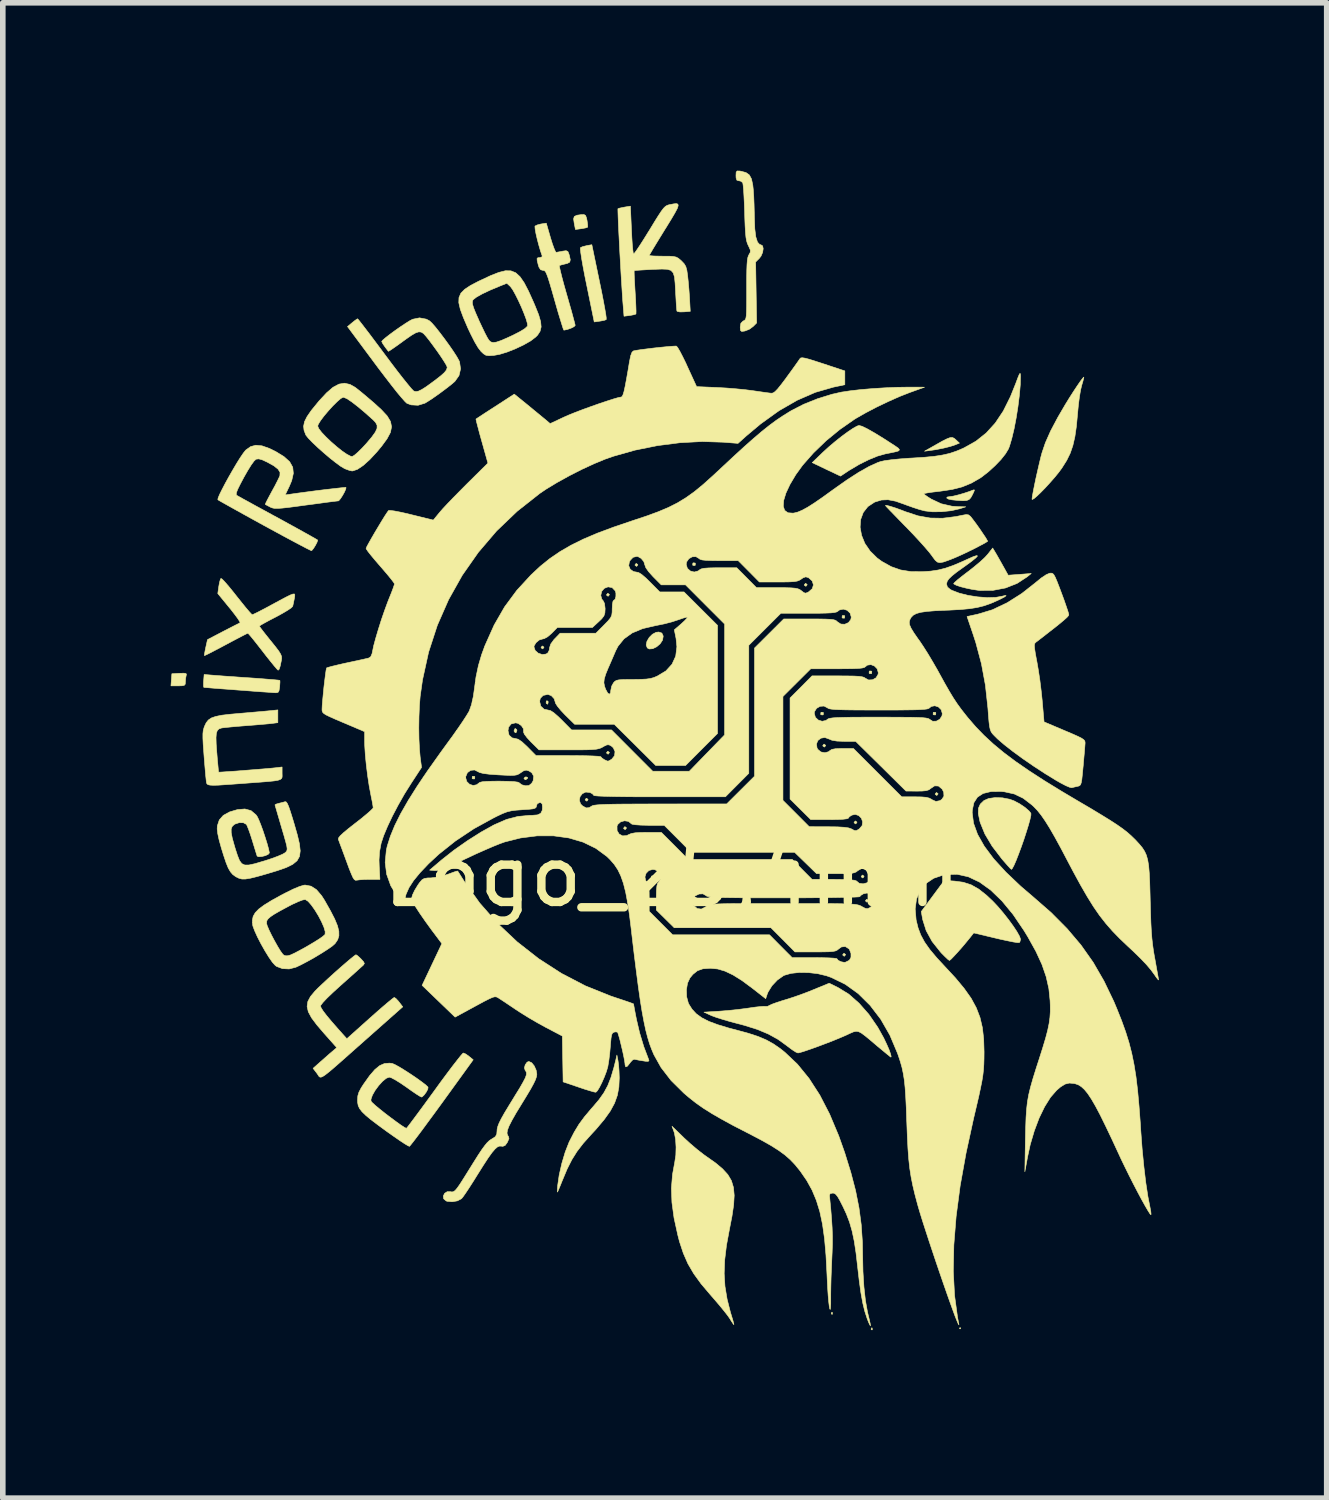
<source format=kicad_pcb>
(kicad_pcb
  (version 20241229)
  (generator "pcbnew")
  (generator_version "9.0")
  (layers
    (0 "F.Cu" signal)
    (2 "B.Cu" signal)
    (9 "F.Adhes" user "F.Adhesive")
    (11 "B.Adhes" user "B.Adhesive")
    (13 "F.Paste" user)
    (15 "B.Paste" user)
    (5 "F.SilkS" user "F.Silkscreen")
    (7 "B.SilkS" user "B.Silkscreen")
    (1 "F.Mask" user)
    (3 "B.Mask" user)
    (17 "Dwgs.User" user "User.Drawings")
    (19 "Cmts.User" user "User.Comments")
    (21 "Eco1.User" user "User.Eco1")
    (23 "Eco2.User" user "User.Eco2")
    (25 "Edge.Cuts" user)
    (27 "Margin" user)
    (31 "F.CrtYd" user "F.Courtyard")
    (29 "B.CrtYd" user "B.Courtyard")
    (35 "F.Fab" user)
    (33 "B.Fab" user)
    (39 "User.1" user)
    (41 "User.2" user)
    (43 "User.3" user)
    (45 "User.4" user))
  (footprint "Logo_25,4mm"
    (layer "F.Cu")
    (at 8.958 12.613)
    (property "Reference" "Logo_25,4mm" (at 0 0 0) (layer "F.SilkS") (effects (font (size 1 1) (thickness 0.15))))
    (attr exclude_from_pos_files exclude_from_bom)
    (fp_poly (pts (xy 5.161 8.073) (xy 5.149 8.085) (xy 5.136 8.073) (xy 5.149 8.06) (xy 5.161 8.073)) (stroke (width 0.01) (type solid)) (fill yes) (layer "F.SilkS"))
    (fp_poly (pts (xy 2.865 7.789) (xy 2.868 7.819) (xy 2.865 7.823) (xy 2.849 7.819) (xy 2.848 7.806) (xy 2.857 7.785) (xy 2.865 7.789)) (stroke (width 0.01) (type solid)) (fill yes) (layer "F.SilkS"))
    (fp_poly (pts (xy 3.577 8.068) (xy 3.58 8.099) (xy 3.577 8.102) (xy 3.561 8.099) (xy 3.56 8.085) (xy 3.569 8.064) (xy 3.577 8.068)) (stroke (width 0.01) (type solid)) (fill yes) (layer "F.SilkS"))
    (fp_poly (pts (xy -2.216 -3.134) (xy -2.212 -3.116) (xy -2.22 -3.079) (xy -2.242 -3.09) (xy -2.249 -3.1) (xy -2.246 -3.133) (xy -2.238 -3.14) (xy -2.216 -3.134)) (stroke (width 0.01) (type solid)) (fill yes) (layer "F.SilkS"))
    (fp_poly (pts (xy -3.528 -1.789) (xy -3.523 -1.782) (xy -3.525 -1.749) (xy -3.532 -1.743) (xy -3.565 -1.746) (xy -3.571 -1.752) (xy -3.568 -1.785) (xy -3.562 -1.791) (xy -3.528 -1.789)) (stroke (width 0.01) (type solid)) (fill yes) (layer "F.SilkS"))
    (fp_poly (pts (xy -2.774 -2.624) (xy -2.771 -2.606) (xy -2.785 -2.572) (xy -2.797 -2.568) (xy -2.819 -2.589) (xy -2.822 -2.606) (xy -2.808 -2.64) (xy -2.797 -2.644) (xy -2.774 -2.624)) (stroke (width 0.01) (type solid)) (fill yes) (layer "F.SilkS"))
    (fp_poly (pts (xy -2.578 -1.767) (xy -2.581 -1.754) (xy -2.613 -1.73) (xy -2.62 -1.729) (xy -2.644 -1.748) (xy -2.644 -1.754) (xy -2.624 -1.777) (xy -2.605 -1.78) (xy -2.578 -1.767)) (stroke (width 0.01) (type solid)) (fill yes) (layer "F.SilkS"))
    (fp_poly (pts (xy -2.289 -4.1) (xy -2.288 -4.093) (xy -2.308 -4.069) (xy -2.314 -4.068) (xy -2.338 -4.087) (xy -2.339 -4.093) (xy -2.32 -4.118) (xy -2.314 -4.119) (xy -2.289 -4.1)) (stroke (width 0.01) (type solid)) (fill yes) (layer "F.SilkS"))
    (fp_poly (pts (xy -1.501 -1.379) (xy -1.5 -1.373) (xy -1.519 -1.348) (xy -1.526 -1.348) (xy -1.55 -1.367) (xy -1.551 -1.373) (xy -1.532 -1.398) (xy -1.526 -1.398) (xy -1.501 -1.379)) (stroke (width 0.01) (type solid)) (fill yes) (layer "F.SilkS"))
    (fp_poly (pts (xy -1.119 -5.04) (xy -1.119 -5.034) (xy -1.138 -5.01) (xy -1.144 -5.009) (xy -1.169 -5.028) (xy -1.17 -5.034) (xy -1.15 -5.059) (xy -1.144 -5.06) (xy -1.119 -5.04)) (stroke (width 0.01) (type solid)) (fill yes) (layer "F.SilkS"))
    (fp_poly (pts (xy -1.119 -2.218) (xy -1.119 -2.212) (xy -1.138 -2.187) (xy -1.144 -2.187) (xy -1.169 -2.206) (xy -1.17 -2.212) (xy -1.15 -2.237) (xy -1.144 -2.237) (xy -1.119 -2.218)) (stroke (width 0.01) (type solid)) (fill yes) (layer "F.SilkS"))
    (fp_poly (pts (xy -0.814 -0.871) (xy -0.814 -0.864) (xy -0.833 -0.84) (xy -0.839 -0.839) (xy -0.864 -0.858) (xy -0.864 -0.864) (xy -0.845 -0.889) (xy -0.839 -0.89) (xy -0.814 -0.871)) (stroke (width 0.01) (type solid)) (fill yes) (layer "F.SilkS"))
    (fp_poly (pts (xy -0.611 -5.574) (xy -0.61 -5.568) (xy -0.63 -5.543) (xy -0.636 -5.543) (xy -0.66 -5.562) (xy -0.661 -5.568) (xy -0.642 -5.593) (xy -0.636 -5.594) (xy -0.611 -5.574)) (stroke (width 0.01) (type solid)) (fill yes) (layer "F.SilkS"))
    (fp_poly (pts (xy -0.325 -0.009) (xy -0.319 -0.002) (xy -0.322 0.031) (xy -0.328 0.037) (xy -0.362 0.034) (xy -0.367 0.028) (xy -0.365 -0.006) (xy -0.358 -0.011) (xy -0.325 -0.009)) (stroke (width 0.01) (type solid)) (fill yes) (layer "F.SilkS"))
    (fp_poly (pts (xy 0.412 -5.602) (xy 0.418 -5.596) (xy 0.416 -5.563) (xy 0.409 -5.557) (xy 0.376 -5.559) (xy 0.37 -5.566) (xy 0.373 -5.599) (xy 0.379 -5.605) (xy 0.412 -5.602)) (stroke (width 0.01) (type solid)) (fill yes) (layer "F.SilkS"))
    (fp_poly (pts (xy 0.533 0.425) (xy 0.534 0.431) (xy 0.515 0.465) (xy 0.509 0.47) (xy 0.487 0.465) (xy 0.483 0.446) (xy 0.496 0.412) (xy 0.509 0.407) (xy 0.533 0.425)) (stroke (width 0.01) (type solid)) (fill yes) (layer "F.SilkS"))
    (fp_poly (pts (xy 2.415 -5.218) (xy 2.415 -5.212) (xy 2.396 -5.188) (xy 2.39 -5.187) (xy 2.365 -5.206) (xy 2.365 -5.212) (xy 2.384 -5.237) (xy 2.39 -5.238) (xy 2.415 -5.218)) (stroke (width 0.01) (type solid)) (fill yes) (layer "F.SilkS"))
    (fp_poly (pts (xy 2.701 -2.933) (xy 2.706 -2.926) (xy 2.704 -2.893) (xy 2.697 -2.887) (xy 2.664 -2.89) (xy 2.658 -2.896) (xy 2.661 -2.93) (xy 2.667 -2.935) (xy 2.701 -2.933)) (stroke (width 0.01) (type solid)) (fill yes) (layer "F.SilkS"))
    (fp_poly (pts (xy 2.745 -2.345) (xy 2.746 -2.339) (xy 2.727 -2.314) (xy 2.721 -2.314) (xy 2.696 -2.333) (xy 2.695 -2.339) (xy 2.714 -2.364) (xy 2.721 -2.365) (xy 2.745 -2.345)) (stroke (width 0.01) (type solid)) (fill yes) (layer "F.SilkS"))
    (fp_poly (pts (xy 3.082 -4.662) (xy 3.088 -4.655) (xy 3.085 -4.622) (xy 3.079 -4.616) (xy 3.045 -4.619) (xy 3.04 -4.625) (xy 3.042 -4.658) (xy 3.049 -4.664) (xy 3.082 -4.662)) (stroke (width 0.01) (type solid)) (fill yes) (layer "F.SilkS"))
    (fp_poly (pts (xy 3.101 1.392) (xy 3.102 1.398) (xy 3.083 1.423) (xy 3.076 1.424) (xy 3.052 1.404) (xy 3.051 1.398) (xy 3.07 1.374) (xy 3.076 1.373) (xy 3.101 1.392)) (stroke (width 0.01) (type solid)) (fill yes) (layer "F.SilkS"))
    (fp_poly (pts (xy 3.305 -0.972) (xy 3.305 -0.966) (xy 3.286 -0.941) (xy 3.28 -0.941) (xy 3.255 -0.96) (xy 3.254 -0.966) (xy 3.274 -0.991) (xy 3.28 -0.992) (xy 3.305 -0.972)) (stroke (width 0.01) (type solid)) (fill yes) (layer "F.SilkS"))
    (fp_poly (pts (xy 3.432 -0.006) (xy 3.432 0) (xy 3.413 0.025) (xy 3.407 0.025) (xy 3.382 0.006) (xy 3.382 0) (xy 3.401 -0.025) (xy 3.407 -0.025) (xy 3.432 -0.006)) (stroke (width 0.01) (type solid)) (fill yes) (layer "F.SilkS"))
    (fp_poly (pts (xy 3.508 0.426) (xy 3.509 0.432) (xy 3.489 0.457) (xy 3.483 0.458) (xy 3.459 0.438) (xy 3.458 0.432) (xy 3.477 0.408) (xy 3.483 0.407) (xy 3.508 0.426)) (stroke (width 0.01) (type solid)) (fill yes) (layer "F.SilkS"))
    (fp_poly (pts (xy 3.565 -3.67) (xy 3.571 -3.663) (xy 3.568 -3.63) (xy 3.562 -3.624) (xy 3.528 -3.627) (xy 3.523 -3.634) (xy 3.525 -3.667) (xy 3.532 -3.673) (xy 3.565 -3.67)) (stroke (width 0.01) (type solid)) (fill yes) (layer "F.SilkS"))
    (fp_poly (pts (xy 4.709 -2.933) (xy 4.715 -2.926) (xy 4.713 -2.893) (xy 4.706 -2.887) (xy 4.673 -2.89) (xy 4.667 -2.896) (xy 4.669 -2.93) (xy 4.676 -2.935) (xy 4.709 -2.933)) (stroke (width 0.01) (type solid)) (fill yes) (layer "F.SilkS"))
    (fp_poly (pts (xy 4.754 -1.481) (xy 4.755 -1.475) (xy 4.735 -1.45) (xy 4.729 -1.449) (xy 4.704 -1.469) (xy 4.704 -1.475) (xy 4.723 -1.499) (xy 4.729 -1.5) (xy 4.754 -1.481)) (stroke (width 0.01) (type solid)) (fill yes) (layer "F.SilkS"))
    (fp_poly (pts (xy -8.684 -3.627) (xy -8.676 -3.61) (xy -8.68 -3.597) (xy -8.691 -3.541) (xy -8.695 -3.481) (xy -8.698 -3.437) (xy -8.716 -3.416) (xy -8.761 -3.408) (xy -8.824 -3.407) (xy -8.953 -3.407) (xy -8.937 -3.623) (xy -8.8 -3.631) (xy -8.722 -3.633) (xy -8.684 -3.627)) (stroke (width 0.01) (type solid)) (fill yes) (layer "F.SilkS"))
    (fp_poly (pts (xy 5.044 -7.83) (xy 5.075 -7.803) (xy 5.137 -7.745) (xy 5.066 -7.716) (xy 4.976 -7.686) (xy 4.853 -7.655) (xy 4.716 -7.628) (xy 4.627 -7.615) (xy 4.513 -7.6) (xy 4.716 -7.715) (xy 4.833 -7.781) (xy 4.915 -7.822) (xy 4.971 -7.843) (xy 5.011 -7.845) (xy 5.044 -7.83)) (stroke (width 0.01) (type solid)) (fill yes) (layer "F.SilkS"))
    (fp_poly (pts (xy -0.181 -4.35) (xy -0.159 -4.303) (xy -0.157 -4.29) (xy -0.169 -4.223) (xy -0.212 -4.158) (xy -0.274 -4.105) (xy -0.343 -4.071) (xy -0.406 -4.066) (xy -0.441 -4.085) (xy -0.461 -4.137) (xy -0.447 -4.203) (xy -0.407 -4.271) (xy -0.349 -4.329) (xy -0.283 -4.364) (xy -0.235 -4.369) (xy -0.181 -4.35)) (stroke (width 0.01) (type solid)) (fill yes) (layer "F.SilkS"))
    (fp_poly (pts (xy -1.544 -11.813) (xy -1.527 -11.767) (xy -1.518 -11.725) (xy -1.508 -11.656) (xy -1.506 -11.61) (xy -1.509 -11.602) (xy -1.54 -11.591) (xy -1.602 -11.579) (xy -1.623 -11.576) (xy -1.725 -11.562) (xy -1.747 -11.674) (xy -1.758 -11.752) (xy -1.745 -11.795) (xy -1.697 -11.817) (xy -1.628 -11.827) (xy -1.573 -11.829) (xy -1.544 -11.813)) (stroke (width 0.01) (type solid)) (fill yes) (layer "F.SilkS"))
    (fp_poly (pts (xy 5.404 -6.898) (xy 5.385 -6.855) (xy 5.367 -6.818) (xy 5.339 -6.768) (xy 5.308 -6.736) (xy 5.265 -6.719) (xy 5.2 -6.715) (xy 5.102 -6.721) (xy 5.002 -6.731) (xy 4.939 -6.745) (xy 4.909 -6.764) (xy 4.918 -6.781) (xy 4.968 -6.789) (xy 5.025 -6.797) (xy 5.112 -6.818) (xy 5.214 -6.847) (xy 5.314 -6.88) (xy 5.373 -6.903) (xy 5.4 -6.911) (xy 5.404 -6.898)) (stroke (width 0.01) (type solid)) (fill yes) (layer "F.SilkS"))
    (fp_poly (pts (xy -1.354 -10.914) (xy -1.3 -10.654) (xy -1.256 -10.441) (xy -1.223 -10.271) (xy -1.199 -10.14) (xy -1.183 -10.046) (xy -1.175 -9.986) (xy -1.175 -9.956) (xy -1.177 -9.951) (xy -1.209 -9.939) (xy -1.271 -9.927) (xy -1.29 -9.924) (xy -1.389 -9.91) (xy -1.523 -10.564) (xy -1.559 -10.74) (xy -1.589 -10.899) (xy -1.613 -11.035) (xy -1.629 -11.142) (xy -1.637 -11.211) (xy -1.636 -11.237) (xy -1.598 -11.255) (xy -1.534 -11.271) (xy -1.523 -11.274) (xy -1.432 -11.29) (xy -1.354 -10.914)) (stroke (width 0.01) (type solid)) (fill yes) (layer "F.SilkS"))
    (fp_poly (pts (xy 3.398 -8.045) (xy 3.49 -8) (xy 3.617 -7.928) (xy 3.777 -7.83) (xy 3.89 -7.757) (xy 3.986 -7.695) (xy 4.046 -7.653) (xy 4.066 -7.624) (xy 4.045 -7.604) (xy 3.979 -7.586) (xy 3.868 -7.563) (xy 3.811 -7.552) (xy 3.673 -7.513) (xy 3.512 -7.447) (xy 3.342 -7.362) (xy 3.177 -7.264) (xy 3.159 -7.253) (xy 3.012 -7.155) (xy 2.759 -7.275) (xy 2.506 -7.396) (xy 2.699 -7.582) (xy 2.804 -7.678) (xy 2.919 -7.775) (xy 3.035 -7.867) (xy 3.144 -7.947) (xy 3.238 -8.01) (xy 3.308 -8.049) (xy 3.343 -8.06) (xy 3.398 -8.045)) (stroke (width 0.01) (type solid)) (fill yes) (layer "F.SilkS"))
    (fp_poly (pts (xy 5.772 -5.802) (xy 5.805 -5.746) (xy 5.852 -5.663) (xy 5.905 -5.569) (xy 5.911 -5.558) (xy 6.008 -5.384) (xy 6.214 -5.399) (xy 6.42 -5.415) (xy 6.348 -5.356) (xy 6.168 -5.238) (xy 5.96 -5.156) (xy 5.734 -5.113) (xy 5.501 -5.112) (xy 5.471 -5.115) (xy 5.363 -5.131) (xy 5.254 -5.154) (xy 5.156 -5.179) (xy 5.08 -5.205) (xy 5.039 -5.227) (xy 5.034 -5.235) (xy 5.054 -5.258) (xy 5.106 -5.304) (xy 5.185 -5.367) (xy 5.281 -5.441) (xy 5.295 -5.451) (xy 5.404 -5.537) (xy 5.507 -5.623) (xy 5.591 -5.701) (xy 5.643 -5.758) (xy 5.731 -5.87) (xy 5.772 -5.802)) (stroke (width 0.01) (type solid)) (fill yes) (layer "F.SilkS"))
    (fp_poly (pts (xy 5.904 -1.406) (xy 6.033 -1.381) (xy 6.111 -1.353) (xy 6.213 -1.299) (xy 6.309 -1.234) (xy 6.383 -1.169) (xy 6.414 -1.13) (xy 6.414 -1.093) (xy 6.398 -1.02) (xy 6.37 -0.918) (xy 6.332 -0.796) (xy 6.289 -0.663) (xy 6.242 -0.529) (xy 6.194 -0.4) (xy 6.15 -0.287) (xy 6.111 -0.198) (xy 6.081 -0.142) (xy 6.066 -0.127) (xy 6.045 -0.145) (xy 6 -0.194) (xy 5.938 -0.265) (xy 5.898 -0.311) (xy 5.722 -0.541) (xy 5.592 -0.759) (xy 5.509 -0.963) (xy 5.5 -0.996) (xy 5.474 -1.125) (xy 5.477 -1.221) (xy 5.51 -1.294) (xy 5.575 -1.357) (xy 5.659 -1.394) (xy 5.774 -1.41) (xy 5.904 -1.406)) (stroke (width 0.01) (type solid)) (fill yes) (layer "F.SilkS"))
    (fp_poly (pts (xy -8.191 -3.596) (xy -8.111 -3.59) (xy -7.993 -3.581) (xy -7.846 -3.571) (xy -7.683 -3.559) (xy -7.517 -3.548) (xy -7.363 -3.537) (xy -7.227 -3.526) (xy -7.118 -3.517) (xy -7.042 -3.51) (xy -7.008 -3.505) (xy -7.007 -3.504) (xy -7.005 -3.476) (xy -7.009 -3.416) (xy -7.011 -3.388) (xy -7.022 -3.32) (xy -7.04 -3.29) (xy -7.077 -3.283) (xy -7.09 -3.284) (xy -7.134 -3.286) (xy -7.22 -3.293) (xy -7.342 -3.301) (xy -7.489 -3.312) (xy -7.655 -3.325) (xy -7.755 -3.332) (xy -7.924 -3.345) (xy -8.075 -3.356) (xy -8.202 -3.366) (xy -8.297 -3.374) (xy -8.353 -3.378) (xy -8.365 -3.379) (xy -8.371 -3.403) (xy -8.371 -3.462) (xy -8.369 -3.496) (xy -8.36 -3.61) (xy -8.191 -3.596)) (stroke (width 0.01) (type solid)) (fill yes) (layer "F.SilkS"))
    (fp_poly (pts (xy 5.051 0.082) (xy 5.206 0.103) (xy 5.347 0.149) (xy 5.483 0.226) (xy 5.624 0.338) (xy 5.735 0.443) (xy 5.827 0.541) (xy 5.922 0.653) (xy 6.014 0.77) (xy 6.097 0.884) (xy 6.164 0.985) (xy 6.21 1.067) (xy 6.229 1.12) (xy 6.229 1.124) (xy 6.217 1.169) (xy 6.205 1.181) (xy 6.174 1.181) (xy 6.101 1.17) (xy 5.998 1.149) (xy 5.872 1.122) (xy 5.787 1.102) (xy 5.392 1.008) (xy 5.334 1.082) (xy 5.263 1.169) (xy 5.186 1.261) (xy 5.109 1.348) (xy 5.041 1.422) (xy 4.989 1.476) (xy 4.96 1.5) (xy 4.958 1.5) (xy 4.933 1.483) (xy 4.883 1.436) (xy 4.817 1.37) (xy 4.795 1.345) (xy 4.649 1.161) (xy 4.543 0.968) (xy 4.482 0.775) (xy 4.479 0.763) (xy 4.455 0.626) (xy 4.867 0.07) (xy 5.051 0.082)) (stroke (width 0.01) (type solid)) (fill yes) (layer "F.SilkS"))
    (fp_poly (pts (xy -0.964 3.293) (xy -0.954 3.368) (xy -0.946 3.473) (xy -0.942 3.587) (xy -0.942 3.605) (xy -0.949 3.764) (xy -0.976 3.91) (xy -1.026 4.05) (xy -1.103 4.192) (xy -1.212 4.344) (xy -1.355 4.514) (xy -1.451 4.618) (xy -1.587 4.77) (xy -1.697 4.913) (xy -1.789 5.06) (xy -1.873 5.226) (xy -1.957 5.427) (xy -1.958 5.428) (xy -1.995 5.521) (xy -2.025 5.593) (xy -2.043 5.634) (xy -2.046 5.639) (xy -2.048 5.621) (xy -2.046 5.567) (xy -2.043 5.525) (xy -2.015 5.333) (xy -1.968 5.126) (xy -1.908 4.925) (xy -1.84 4.751) (xy -1.83 4.73) (xy -1.746 4.567) (xy -1.662 4.428) (xy -1.565 4.296) (xy -1.444 4.152) (xy -1.411 4.115) (xy -1.302 3.986) (xy -1.216 3.864) (xy -1.147 3.736) (xy -1.09 3.59) (xy -1.038 3.415) (xy -1.001 3.267) (xy -0.984 3.191) (xy -0.964 3.293)) (stroke (width 0.01) (type solid)) (fill yes) (layer "F.SilkS"))
    (fp_poly (pts (xy 7.357 -8.902) (xy 7.342 -8.845) (xy 7.321 -8.774) (xy 7.301 -8.689) (xy 7.281 -8.569) (xy 7.263 -8.429) (xy 7.249 -8.283) (xy 7.248 -8.271) (xy 7.227 -8.045) (xy 7.2 -7.859) (xy 7.164 -7.702) (xy 7.117 -7.565) (xy 7.054 -7.436) (xy 6.972 -7.306) (xy 6.968 -7.299) (xy 6.91 -7.221) (xy 6.838 -7.132) (xy 6.756 -7.039) (xy 6.672 -6.947) (xy 6.592 -6.865) (xy 6.522 -6.798) (xy 6.469 -6.753) (xy 6.438 -6.737) (xy 6.434 -6.742) (xy 6.439 -6.787) (xy 6.454 -6.871) (xy 6.476 -6.983) (xy 6.503 -7.113) (xy 6.534 -7.25) (xy 6.565 -7.384) (xy 6.594 -7.505) (xy 6.612 -7.571) (xy 6.673 -7.751) (xy 6.766 -7.961) (xy 6.894 -8.203) (xy 7.024 -8.426) (xy 7.097 -8.545) (xy 7.171 -8.661) (xy 7.239 -8.764) (xy 7.297 -8.848) (xy 7.339 -8.904) (xy 7.36 -8.924) (xy 7.36 -8.924) (xy 7.357 -8.902)) (stroke (width 0.01) (type solid)) (fill yes) (layer "F.SilkS"))
    (fp_poly (pts (xy 3.898 -6.616) (xy 3.993 -6.586) (xy 4.113 -6.542) (xy 4.172 -6.519) (xy 4.397 -6.445) (xy 4.614 -6.406) (xy 4.834 -6.402) (xy 5.073 -6.432) (xy 5.185 -6.455) (xy 5.257 -6.468) (xy 5.3 -6.462) (xy 5.335 -6.434) (xy 5.343 -6.424) (xy 5.385 -6.37) (xy 5.44 -6.296) (xy 5.499 -6.213) (xy 5.555 -6.13) (xy 5.603 -6.059) (xy 5.633 -6.008) (xy 5.641 -5.99) (xy 5.595 -5.961) (xy 5.515 -5.918) (xy 5.414 -5.865) (xy 5.302 -5.81) (xy 5.193 -5.758) (xy 5.098 -5.715) (xy 5.06 -5.699) (xy 4.935 -5.649) (xy 4.847 -5.619) (xy 4.786 -5.609) (xy 4.742 -5.619) (xy 4.704 -5.652) (xy 4.662 -5.708) (xy 4.64 -5.739) (xy 4.59 -5.803) (xy 4.511 -5.895) (xy 4.412 -6.005) (xy 4.299 -6.126) (xy 4.181 -6.249) (xy 4.176 -6.253) (xy 4.067 -6.365) (xy 3.971 -6.464) (xy 3.893 -6.544) (xy 3.839 -6.601) (xy 3.815 -6.628) (xy 3.814 -6.629) (xy 3.836 -6.632) (xy 3.898 -6.616)) (stroke (width 0.01) (type solid)) (fill yes) (layer "F.SilkS"))
    (fp_poly (pts (xy 0.017 4.479) (xy 0.064 4.524) (xy 0.132 4.59) (xy 0.213 4.669) (xy 0.323 4.77) (xy 0.444 4.873) (xy 0.56 4.964) (xy 0.62 5.007) (xy 0.779 5.119) (xy 0.904 5.224) (xy 0.998 5.327) (xy 1.062 5.435) (xy 1.099 5.557) (xy 1.112 5.699) (xy 1.102 5.869) (xy 1.072 6.073) (xy 1.029 6.293) (xy 0.974 6.59) (xy 0.942 6.854) (xy 0.933 7.094) (xy 0.947 7.323) (xy 0.985 7.552) (xy 1.046 7.792) (xy 1.067 7.86) (xy 1.09 7.937) (xy 1.104 7.991) (xy 1.106 8.009) (xy 1.09 7.989) (xy 1.057 7.939) (xy 1.034 7.901) (xy 0.995 7.845) (xy 0.929 7.761) (xy 0.844 7.657) (xy 0.747 7.544) (xy 0.687 7.475) (xy 0.52 7.278) (xy 0.389 7.097) (xy 0.285 6.919) (xy 0.203 6.732) (xy 0.134 6.523) (xy 0.104 6.407) (xy 0.037 6.101) (xy -0.000488 5.825) (xy -0.01 5.57) (xy 0.01 5.324) (xy 0.05 5.104) (xy 0.069 4.979) (xy 0.073 4.837) (xy 0.065 4.7) (xy 0.044 4.586) (xy 0.037 4.564) (xy 0.015 4.502) (xy 0.002 4.466) (xy 0.000383 4.462) (xy 0.017 4.479)) (stroke (width 0.01) (type solid)) (fill yes) (layer "F.SilkS"))
    (fp_poly (pts (xy 2.97 1.986) (xy 3.159 2.102) (xy 3.343 2.264) (xy 3.518 2.463) (xy 3.677 2.694) (xy 3.784 2.886) (xy 3.837 2.998) (xy 3.88 3.096) (xy 3.907 3.173) (xy 3.917 3.218) (xy 3.912 3.228) (xy 3.89 3.212) (xy 3.837 3.169) (xy 3.761 3.106) (xy 3.669 3.03) (xy 3.661 3.023) (xy 3.54 2.92) (xy 3.451 2.847) (xy 3.385 2.798) (xy 3.334 2.772) (xy 3.289 2.766) (xy 3.241 2.777) (xy 3.183 2.802) (xy 3.111 2.836) (xy 3.011 2.879) (xy 2.89 2.929) (xy 2.756 2.981) (xy 2.621 3.032) (xy 2.494 3.078) (xy 2.383 3.116) (xy 2.3 3.142) (xy 2.253 3.153) (xy 2.251 3.153) (xy 2.214 3.138) (xy 2.15 3.097) (xy 2.073 3.04) (xy 2.053 3.024) (xy 1.895 2.91) (xy 1.723 2.815) (xy 1.527 2.733) (xy 1.295 2.66) (xy 1.185 2.631) (xy 1.045 2.594) (xy 0.911 2.555) (xy 0.796 2.519) (xy 0.714 2.489) (xy 0.702 2.484) (xy 0.572 2.424) (xy 0.848 2.407) (xy 0.999 2.395) (xy 1.166 2.378) (xy 1.322 2.358) (xy 1.378 2.35) (xy 1.488 2.334) (xy 1.581 2.324) (xy 1.645 2.32) (xy 1.664 2.322) (xy 1.71 2.32) (xy 1.745 2.302) (xy 1.79 2.281) (xy 1.87 2.252) (xy 1.971 2.219) (xy 2.022 2.204) (xy 2.145 2.165) (xy 2.293 2.114) (xy 2.444 2.057) (xy 2.53 2.022) (xy 2.81 1.907) (xy 2.97 1.986)) (stroke (width 0.01) (type solid)) (fill yes) (layer "F.SilkS"))
    (fp_poly (pts (xy -2.17 -11.412) (xy -2.137 -11.306) (xy -2.106 -11.221) (xy -2.082 -11.167) (xy -2.07 -11.153) (xy -2.031 -11.16) (xy -1.966 -11.172) (xy -1.953 -11.175) (xy -1.892 -11.183) (xy -1.86 -11.169) (xy -1.841 -11.122) (xy -1.833 -11.097) (xy -1.817 -11.021) (xy -1.827 -10.979) (xy -1.869 -10.956) (xy -1.914 -10.945) (xy -1.975 -10.93) (xy -2.011 -10.918) (xy -2.012 -10.918) (xy -2.01 -10.892) (xy -1.995 -10.824) (xy -1.97 -10.722) (xy -1.936 -10.594) (xy -1.894 -10.445) (xy -1.879 -10.393) (xy -1.835 -10.238) (xy -1.795 -10.099) (xy -1.764 -9.983) (xy -1.741 -9.898) (xy -1.73 -9.852) (xy -1.73 -9.847) (xy -1.751 -9.825) (xy -1.803 -9.799) (xy -1.867 -9.776) (xy -1.925 -9.764) (xy -1.932 -9.764) (xy -1.943 -9.787) (xy -1.964 -9.852) (xy -1.995 -9.952) (xy -2.034 -10.08) (xy -2.077 -10.23) (xy -2.096 -10.297) (xy -2.146 -10.473) (xy -2.185 -10.605) (xy -2.215 -10.7) (xy -2.239 -10.764) (xy -2.258 -10.804) (xy -2.276 -10.824) (xy -2.295 -10.831) (xy -2.304 -10.831) (xy -2.347 -10.843) (xy -2.376 -10.887) (xy -2.389 -10.927) (xy -2.408 -11.003) (xy -2.411 -11.043) (xy -2.395 -11.058) (xy -2.362 -11.06) (xy -2.323 -11.072) (xy -2.32 -11.092) (xy -2.35 -11.18) (xy -2.38 -11.283) (xy -2.408 -11.39) (xy -2.431 -11.49) (xy -2.445 -11.569) (xy -2.449 -11.616) (xy -2.446 -11.624) (xy -2.408 -11.643) (xy -2.343 -11.66) (xy -2.335 -11.661) (xy -2.246 -11.675) (xy -2.17 -11.412)) (stroke (width 0.01) (type solid)) (fill yes) (layer "F.SilkS"))
    (fp_poly (pts (xy -5.619 1.415) (xy -5.573 1.457) (xy -5.555 1.475) (xy -5.51 1.525) (xy -5.497 1.554) (xy -5.513 1.581) (xy -5.531 1.598) (xy -5.566 1.629) (xy -5.631 1.688) (xy -5.72 1.768) (xy -5.826 1.862) (xy -5.93 1.955) (xy -6.063 2.076) (xy -6.167 2.176) (xy -6.239 2.253) (xy -6.276 2.302) (xy -6.28 2.315) (xy -6.269 2.348) (xy -6.234 2.403) (xy -6.173 2.483) (xy -6.083 2.591) (xy -5.961 2.73) (xy -5.895 2.804) (xy -5.81 2.899) (xy -5.398 2.53) (xy -5.276 2.422) (xy -5.166 2.326) (xy -5.074 2.248) (xy -5.006 2.192) (xy -4.968 2.164) (xy -4.962 2.161) (xy -4.933 2.18) (xy -4.89 2.226) (xy -4.875 2.245) (xy -4.811 2.329) (xy -5.484 2.925) (xy -5.678 3.097) (xy -5.838 3.239) (xy -5.966 3.352) (xy -6.067 3.44) (xy -6.144 3.504) (xy -6.202 3.549) (xy -6.243 3.575) (xy -6.272 3.586) (xy -6.292 3.584) (xy -6.308 3.572) (xy -6.321 3.552) (xy -6.337 3.528) (xy -6.343 3.519) (xy -6.413 3.428) (xy -6.277 3.307) (xy -6.195 3.235) (xy -6.118 3.167) (xy -6.065 3.122) (xy -5.99 3.058) (xy -6.214 2.806) (xy -6.346 2.652) (xy -6.441 2.525) (xy -6.499 2.417) (xy -6.52 2.322) (xy -6.507 2.234) (xy -6.46 2.145) (xy -6.38 2.049) (xy -6.325 1.993) (xy -6.238 1.911) (xy -6.138 1.818) (xy -6.032 1.722) (xy -5.926 1.628) (xy -5.828 1.543) (xy -5.744 1.472) (xy -5.682 1.422) (xy -5.649 1.399) (xy -5.647 1.398) (xy -5.619 1.415)) (stroke (width 0.01) (type solid)) (fill yes) (layer "F.SilkS"))
    (fp_poly (pts (xy 1.212 -12.607) (xy 1.238 -12.602) (xy 1.323 -12.579) (xy 1.383 -12.536) (xy 1.421 -12.465) (xy 1.444 -12.357) (xy 1.453 -12.274) (xy 1.461 -12.158) (xy 1.467 -12.012) (xy 1.471 -11.86) (xy 1.473 -11.765) (xy 1.48 -11.574) (xy 1.498 -11.431) (xy 1.528 -11.337) (xy 1.568 -11.293) (xy 1.588 -11.289) (xy 1.62 -11.269) (xy 1.63 -11.219) (xy 1.62 -11.153) (xy 1.591 -11.086) (xy 1.561 -11.047) (xy 1.495 -10.981) (xy 1.504 -10.437) (xy 1.513 -9.892) (xy 1.449 -9.828) (xy 1.38 -9.778) (xy 1.303 -9.748) (xy 1.247 -9.74) (xy 1.225 -9.757) (xy 1.22 -9.81) (xy 1.22 -9.818) (xy 1.231 -9.886) (xy 1.268 -9.924) (xy 1.278 -9.929) (xy 1.296 -9.938) (xy 1.311 -9.953) (xy 1.321 -9.978) (xy 1.328 -10.021) (xy 1.332 -10.089) (xy 1.334 -10.188) (xy 1.335 -10.325) (xy 1.335 -10.502) (xy 1.335 -10.689) (xy 1.337 -10.831) (xy 1.341 -10.936) (xy 1.347 -11.011) (xy 1.356 -11.063) (xy 1.368 -11.097) (xy 1.376 -11.112) (xy 1.399 -11.154) (xy 1.401 -11.193) (xy 1.378 -11.247) (xy 1.365 -11.273) (xy 1.347 -11.314) (xy 1.333 -11.361) (xy 1.322 -11.423) (xy 1.314 -11.508) (xy 1.307 -11.624) (xy 1.301 -11.778) (xy 1.299 -11.871) (xy 1.293 -12.026) (xy 1.286 -12.165) (xy 1.279 -12.28) (xy 1.271 -12.36) (xy 1.264 -12.4) (xy 1.263 -12.401) (xy 1.223 -12.428) (xy 1.193 -12.433) (xy 1.16 -12.443) (xy 1.146 -12.482) (xy 1.144 -12.525) (xy 1.147 -12.585) (xy 1.164 -12.608) (xy 1.212 -12.607)) (stroke (width 0.01) (type solid)) (fill yes) (layer "F.SilkS"))
    (fp_poly (pts (xy -5.753 -8.793) (xy -5.661 -8.741) (xy -5.611 -8.702) (xy -5.533 -8.639) (xy -5.438 -8.559) (xy -5.336 -8.472) (xy -5.334 -8.471) (xy -5.192 -8.341) (xy -5.09 -8.231) (xy -5.03 -8.132) (xy -5.011 -8.036) (xy -5.031 -7.936) (xy -5.091 -7.823) (xy -5.189 -7.689) (xy -5.272 -7.589) (xy -5.4 -7.451) (xy -5.518 -7.345) (xy -5.621 -7.276) (xy -5.704 -7.248) (xy -5.718 -7.247) (xy -5.767 -7.258) (xy -5.835 -7.283) (xy -5.853 -7.291) (xy -5.919 -7.33) (xy -6.008 -7.395) (xy -6.112 -7.477) (xy -6.221 -7.57) (xy -6.328 -7.665) (xy -6.422 -7.754) (xy -6.496 -7.83) (xy -6.54 -7.885) (xy -6.545 -7.895) (xy -6.575 -7.974) (xy -6.583 -8.049) (xy -6.582 -8.05) (xy -6.331 -8.05) (xy -6.312 -8.004) (xy -6.26 -7.936) (xy -6.183 -7.855) (xy -6.092 -7.768) (xy -5.993 -7.682) (xy -5.897 -7.605) (xy -5.811 -7.546) (xy -5.744 -7.511) (xy -5.714 -7.505) (xy -5.676 -7.527) (xy -5.614 -7.58) (xy -5.537 -7.656) (xy -5.461 -7.738) (xy -5.364 -7.853) (xy -5.301 -7.941) (xy -5.27 -8.009) (xy -5.27 -8.064) (xy -5.297 -8.115) (xy -5.333 -8.153) (xy -5.48 -8.285) (xy -5.612 -8.396) (xy -5.723 -8.482) (xy -5.809 -8.539) (xy -5.866 -8.563) (xy -5.877 -8.564) (xy -5.92 -8.541) (xy -5.983 -8.486) (xy -6.06 -8.41) (xy -6.14 -8.322) (xy -6.216 -8.232) (xy -6.278 -8.15) (xy -6.319 -8.084) (xy -6.331 -8.05) (xy -6.582 -8.05) (xy -6.566 -8.128) (xy -6.521 -8.218) (xy -6.446 -8.327) (xy -6.337 -8.461) (xy -6.305 -8.5) (xy -6.172 -8.643) (xy -6.056 -8.743) (xy -5.95 -8.799) (xy -5.851 -8.815) (xy -5.753 -8.793)) (stroke (width 0.01) (type solid)) (fill yes) (layer "F.SilkS"))
    (fp_poly (pts (xy -2.878 -10.823) (xy -2.793 -10.789) (xy -2.716 -10.719) (xy -2.641 -10.61) (xy -2.563 -10.46) (xy -2.475 -10.265) (xy -2.444 -10.192) (xy -2.382 -10.037) (xy -2.347 -9.916) (xy -2.338 -9.821) (xy -2.357 -9.743) (xy -2.401 -9.675) (xy -2.437 -9.639) (xy -2.526 -9.571) (xy -2.651 -9.5) (xy -2.795 -9.432) (xy -2.943 -9.373) (xy -3.079 -9.331) (xy -3.184 -9.312) (xy -3.269 -9.307) (xy -3.324 -9.314) (xy -3.368 -9.341) (xy -3.414 -9.385) (xy -3.464 -9.45) (xy -3.526 -9.555) (xy -3.595 -9.691) (xy -3.647 -9.801) (xy -3.727 -9.987) (xy -3.782 -10.135) (xy -3.809 -10.252) (xy -3.809 -10.267) (xy -3.568 -10.267) (xy -3.564 -10.225) (xy -3.545 -10.162) (xy -3.508 -10.07) (xy -3.451 -9.941) (xy -3.45 -9.937) (xy -3.394 -9.818) (xy -3.343 -9.712) (xy -3.3 -9.63) (xy -3.271 -9.583) (xy -3.268 -9.58) (xy -3.236 -9.552) (xy -3.196 -9.542) (xy -3.139 -9.549) (xy -3.059 -9.576) (xy -2.947 -9.624) (xy -2.841 -9.673) (xy -2.713 -9.739) (xy -2.626 -9.793) (xy -2.583 -9.834) (xy -2.58 -9.841) (xy -2.584 -9.885) (xy -2.607 -9.964) (xy -2.645 -10.065) (xy -2.692 -10.179) (xy -2.745 -10.294) (xy -2.798 -10.4) (xy -2.846 -10.486) (xy -2.885 -10.54) (xy -2.89 -10.545) (xy -2.951 -10.601) (xy -3.071 -10.553) (xy -3.248 -10.479) (xy -3.39 -10.412) (xy -3.492 -10.355) (xy -3.55 -10.31) (xy -3.56 -10.297) (xy -3.568 -10.267) (xy -3.809 -10.267) (xy -3.806 -10.346) (xy -3.772 -10.424) (xy -3.704 -10.493) (xy -3.601 -10.561) (xy -3.46 -10.635) (xy -3.413 -10.657) (xy -3.238 -10.739) (xy -3.095 -10.795) (xy -2.976 -10.825) (xy -2.878 -10.823)) (stroke (width 0.01) (type solid)) (fill yes) (layer "F.SilkS"))
    (fp_poly (pts (xy -7.043 -2.749) (xy -7.151 -2.735) (xy -7.216 -2.728) (xy -7.319 -2.719) (xy -7.447 -2.708) (xy -7.587 -2.697) (xy -7.628 -2.694) (xy -7.764 -2.683) (xy -7.886 -2.672) (xy -7.983 -2.662) (xy -8.043 -2.655) (xy -8.054 -2.652) (xy -8.096 -2.637) (xy -8.125 -2.608) (xy -8.142 -2.559) (xy -8.148 -2.482) (xy -8.145 -2.37) (xy -8.134 -2.215) (xy -8.133 -2.208) (xy -8.123 -2.083) (xy -8.113 -1.978) (xy -8.106 -1.903) (xy -8.102 -1.866) (xy -8.102 -1.865) (xy -8.076 -1.865) (xy -8.01 -1.869) (xy -7.911 -1.876) (xy -7.788 -1.884) (xy -7.652 -1.895) (xy -7.512 -1.906) (xy -7.375 -1.917) (xy -7.252 -1.927) (xy -7.152 -1.936) (xy -7.084 -1.943) (xy -7.075 -1.944) (xy -6.967 -1.957) (xy -6.967 -1.843) (xy -6.966 -1.804) (xy -6.967 -1.774) (xy -6.977 -1.751) (xy -7.001 -1.733) (xy -7.043 -1.719) (xy -7.111 -1.708) (xy -7.21 -1.698) (xy -7.345 -1.687) (xy -7.523 -1.674) (xy -7.628 -1.666) (xy -7.832 -1.651) (xy -7.991 -1.64) (xy -8.11 -1.632) (xy -8.196 -1.63) (xy -8.254 -1.633) (xy -8.29 -1.641) (xy -8.31 -1.656) (xy -8.318 -1.678) (xy -8.322 -1.707) (xy -8.325 -1.735) (xy -8.332 -1.8) (xy -8.341 -1.903) (xy -8.352 -2.031) (xy -8.363 -2.172) (xy -8.366 -2.213) (xy -8.377 -2.363) (xy -8.382 -2.472) (xy -8.382 -2.551) (xy -8.376 -2.609) (xy -8.363 -2.657) (xy -8.353 -2.685) (xy -8.323 -2.748) (xy -8.285 -2.796) (xy -8.231 -2.833) (xy -8.154 -2.86) (xy -8.047 -2.882) (xy -7.902 -2.899) (xy -7.745 -2.913) (xy -7.593 -2.926) (xy -7.446 -2.939) (xy -7.318 -2.95) (xy -7.221 -2.959) (xy -7.189 -2.962) (xy -7.043 -2.977) (xy -7.043 -2.749)) (stroke (width 0.01) (type solid)) (fill yes) (layer "F.SilkS"))
    (fp_poly (pts (xy -2.507 3.328) (xy -2.461 3.385) (xy -2.427 3.462) (xy -2.415 3.533) (xy -2.421 3.576) (xy -2.439 3.63) (xy -2.473 3.702) (xy -2.526 3.799) (xy -2.602 3.926) (xy -2.682 4.057) (xy -2.785 4.225) (xy -2.86 4.357) (xy -2.911 4.457) (xy -2.94 4.532) (xy -2.948 4.586) (xy -2.937 4.625) (xy -2.923 4.644) (xy -2.913 4.683) (xy -2.941 4.749) (xy -2.942 4.751) (xy -2.982 4.806) (xy -3.023 4.822) (xy -3.043 4.819) (xy -3.08 4.817) (xy -3.118 4.832) (xy -3.162 4.87) (xy -3.216 4.933) (xy -3.284 5.028) (xy -3.369 5.158) (xy -3.469 5.317) (xy -3.55 5.447) (xy -3.625 5.564) (xy -3.689 5.66) (xy -3.736 5.727) (xy -3.761 5.757) (xy -3.834 5.796) (xy -3.928 5.812) (xy -4.018 5.804) (xy -4.036 5.797) (xy -4.08 5.759) (xy -4.086 5.71) (xy -4.063 5.662) (xy -4.016 5.632) (xy -3.962 5.632) (xy -3.932 5.637) (xy -3.904 5.632) (xy -3.875 5.611) (xy -3.838 5.568) (xy -3.789 5.498) (xy -3.724 5.396) (xy -3.649 5.276) (xy -3.544 5.107) (xy -3.462 4.977) (xy -3.397 4.879) (xy -3.345 4.808) (xy -3.304 4.758) (xy -3.268 4.723) (xy -3.233 4.698) (xy -3.217 4.689) (xy -3.156 4.649) (xy -3.131 4.604) (xy -3.127 4.557) (xy -3.124 4.513) (xy -3.112 4.465) (xy -3.089 4.405) (xy -3.051 4.329) (xy -2.995 4.229) (xy -2.917 4.1) (xy -2.816 3.935) (xy -2.809 3.923) (xy -2.721 3.781) (xy -2.66 3.674) (xy -2.62 3.597) (xy -2.601 3.542) (xy -2.6 3.504) (xy -2.613 3.476) (xy -2.623 3.464) (xy -2.637 3.42) (xy -2.622 3.364) (xy -2.589 3.318) (xy -2.558 3.305) (xy -2.507 3.328)) (stroke (width 0.01) (type solid)) (fill yes) (layer "F.SilkS"))
    (fp_poly (pts (xy -6.449 0.173) (xy -6.353 0.235) (xy -6.261 0.343) (xy -6.209 0.424) (xy -6.104 0.61) (xy -6.027 0.76) (xy -5.977 0.881) (xy -5.953 0.979) (xy -5.952 1.059) (xy -5.973 1.128) (xy -6.015 1.191) (xy -6.024 1.202) (xy -6.073 1.245) (xy -6.158 1.304) (xy -6.266 1.373) (xy -6.389 1.447) (xy -6.514 1.517) (xy -6.632 1.579) (xy -6.721 1.621) (xy -6.841 1.652) (xy -6.961 1.646) (xy -7.065 1.607) (xy -7.09 1.588) (xy -7.14 1.533) (xy -7.203 1.442) (xy -7.273 1.329) (xy -7.343 1.205) (xy -7.407 1.081) (xy -7.457 0.971) (xy -7.489 0.885) (xy -7.494 0.858) (xy -7.496 0.831) (xy -7.246 0.831) (xy -7.234 0.877) (xy -7.202 0.953) (xy -7.156 1.048) (xy -7.102 1.15) (xy -7.047 1.248) (xy -6.996 1.332) (xy -6.955 1.388) (xy -6.934 1.407) (xy -6.901 1.417) (xy -6.863 1.416) (xy -6.813 1.401) (xy -6.744 1.369) (xy -6.645 1.317) (xy -6.529 1.253) (xy -6.416 1.186) (xy -6.317 1.125) (xy -6.243 1.074) (xy -6.203 1.039) (xy -6.199 1.034) (xy -6.197 0.984) (xy -6.22 0.905) (xy -6.263 0.807) (xy -6.318 0.702) (xy -6.381 0.599) (xy -6.445 0.509) (xy -6.503 0.443) (xy -6.551 0.412) (xy -6.555 0.411) (xy -6.602 0.42) (xy -6.682 0.45) (xy -6.786 0.498) (xy -6.859 0.536) (xy -7.002 0.613) (xy -7.105 0.672) (xy -7.174 0.718) (xy -7.217 0.756) (xy -7.239 0.789) (xy -7.246 0.823) (xy -7.246 0.831) (xy -7.496 0.831) (xy -7.498 0.781) (xy -7.484 0.712) (xy -7.447 0.647) (xy -7.383 0.581) (xy -7.287 0.51) (xy -7.156 0.429) (xy -6.984 0.334) (xy -6.907 0.294) (xy -6.77 0.226) (xy -6.657 0.179) (xy -6.577 0.155) (xy -6.554 0.153) (xy -6.449 0.173)) (stroke (width 0.01) (type solid)) (fill yes) (layer "F.SilkS"))
    (fp_poly (pts (xy 6.804 -5.414) (xy 6.825 -5.392) (xy 6.85 -5.346) (xy 6.882 -5.271) (xy 6.925 -5.16) (xy 6.958 -5.072) (xy 7.005 -4.945) (xy 7.044 -4.832) (xy 7.074 -4.744) (xy 7.09 -4.689) (xy 7.091 -4.678) (xy 7.085 -4.661) (xy 7.062 -4.634) (xy 7.018 -4.594) (xy 6.951 -4.537) (xy 6.856 -4.46) (xy 6.729 -4.361) (xy 6.567 -4.235) (xy 6.495 -4.18) (xy 6.482 -4.162) (xy 6.476 -4.13) (xy 6.48 -4.075) (xy 6.493 -3.989) (xy 6.516 -3.863) (xy 6.522 -3.834) (xy 6.548 -3.682) (xy 6.575 -3.502) (xy 6.598 -3.315) (xy 6.616 -3.144) (xy 6.616 -3.14) (xy 6.649 -2.763) (xy 7.017 -2.607) (xy 7.156 -2.548) (xy 7.255 -2.504) (xy 7.32 -2.471) (xy 7.358 -2.445) (xy 7.377 -2.422) (xy 7.382 -2.397) (xy 7.382 -2.376) (xy 7.378 -2.323) (xy 7.371 -2.231) (xy 7.36 -2.113) (xy 7.349 -1.982) (xy 7.347 -1.964) (xy 7.334 -1.828) (xy 7.324 -1.734) (xy 7.313 -1.674) (xy 7.3 -1.639) (xy 7.282 -1.622) (xy 7.257 -1.613) (xy 7.249 -1.612) (xy 7.184 -1.597) (xy 7.143 -1.587) (xy 7.106 -1.595) (xy 7.037 -1.624) (xy 6.947 -1.671) (xy 6.876 -1.711) (xy 6.672 -1.836) (xy 6.468 -1.969) (xy 6.273 -2.103) (xy 6.095 -2.233) (xy 5.94 -2.354) (xy 5.817 -2.46) (xy 5.756 -2.521) (xy 5.725 -2.554) (xy 5.703 -2.587) (xy 5.687 -2.627) (xy 5.675 -2.683) (xy 5.665 -2.765) (xy 5.655 -2.882) (xy 5.646 -3.007) (xy 5.601 -3.419) (xy 5.53 -3.803) (xy 5.43 -4.178) (xy 5.383 -4.323) (xy 5.273 -4.646) (xy 5.466 -4.688) (xy 5.724 -4.766) (xy 5.988 -4.891) (xy 6.252 -5.058) (xy 6.492 -5.247) (xy 6.597 -5.333) (xy 6.685 -5.392) (xy 6.747 -5.419) (xy 6.752 -5.42) (xy 6.78 -5.421) (xy 6.804 -5.414)) (stroke (width 0.01) (type solid)) (fill yes) (layer "F.SilkS"))
    (fp_poly (pts (xy -3.691 3.169) (xy -3.636 3.206) (xy -3.626 3.215) (xy -3.552 3.275) (xy -4.109 4.045) (xy -4.236 4.219) (xy -4.354 4.379) (xy -4.459 4.522) (xy -4.549 4.642) (xy -4.62 4.735) (xy -4.669 4.797) (xy -4.691 4.822) (xy -4.692 4.822) (xy -4.719 4.81) (xy -4.781 4.773) (xy -4.869 4.715) (xy -4.977 4.64) (xy -5.085 4.564) (xy -5.25 4.443) (xy -5.377 4.347) (xy -5.472 4.268) (xy -5.539 4.203) (xy -5.582 4.147) (xy -5.607 4.094) (xy -5.617 4.039) (xy -5.619 3.996) (xy -5.614 3.921) (xy -5.594 3.854) (xy -5.553 3.776) (xy -5.511 3.711) (xy -5.403 3.559) (xy -5.309 3.45) (xy -5.222 3.379) (xy -5.137 3.342) (xy -5.048 3.335) (xy -4.998 3.341) (xy -4.951 3.361) (xy -4.874 3.403) (xy -4.778 3.462) (xy -4.672 3.53) (xy -4.567 3.601) (xy -4.474 3.668) (xy -4.402 3.723) (xy -4.362 3.761) (xy -4.359 3.765) (xy -4.363 3.799) (xy -4.39 3.851) (xy -4.428 3.903) (xy -4.464 3.937) (xy -4.476 3.941) (xy -4.505 3.927) (xy -4.566 3.889) (xy -4.65 3.832) (xy -4.747 3.763) (xy -4.849 3.693) (xy -4.941 3.636) (xy -5.012 3.598) (xy -5.052 3.585) (xy -5.106 3.606) (xy -5.172 3.66) (xy -5.242 3.737) (xy -5.306 3.824) (xy -5.354 3.909) (xy -5.379 3.981) (xy -5.378 4.014) (xy -5.355 4.042) (xy -5.299 4.093) (xy -5.219 4.159) (xy -5.125 4.234) (xy -5.025 4.31) (xy -4.928 4.382) (xy -4.844 4.442) (xy -4.78 4.484) (xy -4.746 4.5) (xy -4.746 4.5) (xy -4.728 4.48) (xy -4.685 4.424) (xy -4.619 4.336) (xy -4.534 4.222) (xy -4.433 4.085) (xy -4.321 3.931) (xy -4.245 3.827) (xy -4.127 3.664) (xy -4.017 3.516) (xy -3.92 3.387) (xy -3.838 3.282) (xy -3.777 3.205) (xy -3.739 3.162) (xy -3.728 3.154) (xy -3.691 3.169)) (stroke (width 0.01) (type solid)) (fill yes) (layer "F.SilkS"))
    (fp_poly (pts (xy -8.037 -5.313) (xy -7.99 -5.264) (xy -7.923 -5.187) (xy -7.843 -5.089) (xy -7.78 -5.009) (xy -7.692 -4.899) (xy -7.615 -4.804) (xy -7.553 -4.731) (xy -7.513 -4.688) (xy -7.5 -4.678) (xy -7.471 -4.69) (xy -7.406 -4.721) (xy -7.314 -4.769) (xy -7.202 -4.828) (xy -7.153 -4.855) (xy -7.005 -4.935) (xy -6.896 -4.993) (xy -6.821 -5.03) (xy -6.773 -5.048) (xy -6.748 -5.049) (xy -6.74 -5.033) (xy -6.742 -5.004) (xy -6.748 -4.968) (xy -6.763 -4.893) (xy -6.776 -4.835) (xy -6.778 -4.828) (xy -6.804 -4.801) (xy -6.867 -4.758) (xy -6.958 -4.704) (xy -7.067 -4.644) (xy -7.081 -4.637) (xy -7.191 -4.58) (xy -7.281 -4.531) (xy -7.345 -4.495) (xy -7.372 -4.475) (xy -7.373 -4.474) (xy -7.358 -4.451) (xy -7.317 -4.396) (xy -7.255 -4.317) (xy -7.18 -4.223) (xy -7.168 -4.209) (xy -7.083 -4.103) (xy -7.026 -4.028) (xy -6.993 -3.974) (xy -6.977 -3.933) (xy -6.975 -3.896) (xy -6.979 -3.866) (xy -7 -3.764) (xy -7.018 -3.706) (xy -7.037 -3.687) (xy -7.038 -3.687) (xy -7.059 -3.707) (xy -7.105 -3.76) (xy -7.17 -3.84) (xy -7.25 -3.94) (xy -7.31 -4.018) (xy -7.396 -4.128) (xy -7.471 -4.223) (xy -7.53 -4.295) (xy -7.568 -4.338) (xy -7.579 -4.347) (xy -7.605 -4.336) (xy -7.668 -4.304) (xy -7.76 -4.256) (xy -7.874 -4.196) (xy -7.971 -4.144) (xy -8.095 -4.078) (xy -8.204 -4.021) (xy -8.288 -3.978) (xy -8.341 -3.953) (xy -8.355 -3.948) (xy -8.354 -3.974) (xy -8.343 -4.035) (xy -8.331 -4.094) (xy -8.3 -4.233) (xy -8.021 -4.379) (xy -7.912 -4.435) (xy -7.819 -4.483) (xy -7.751 -4.517) (xy -7.719 -4.533) (xy -7.718 -4.533) (xy -7.724 -4.555) (xy -7.758 -4.608) (xy -7.814 -4.684) (xy -7.887 -4.778) (xy -7.905 -4.799) (xy -8.116 -5.057) (xy -8.098 -5.185) (xy -8.084 -5.261) (xy -8.068 -5.314) (xy -8.059 -5.327) (xy -8.037 -5.313)) (stroke (width 0.01) (type solid)) (fill yes) (layer "F.SilkS"))
    (fp_poly (pts (xy -4.39 -9.96) (xy -4.332 -9.929) (xy -4.29 -9.89) (xy -4.227 -9.818) (xy -4.151 -9.722) (xy -4.067 -9.611) (xy -3.984 -9.497) (xy -3.908 -9.387) (xy -3.846 -9.291) (xy -3.806 -9.219) (xy -3.796 -9.196) (xy -3.778 -9.071) (xy -3.806 -8.951) (xy -3.879 -8.848) (xy -3.883 -8.844) (xy -3.95 -8.787) (xy -4.043 -8.715) (xy -4.149 -8.636) (xy -4.255 -8.561) (xy -4.348 -8.499) (xy -4.415 -8.458) (xy -4.416 -8.458) (xy -4.537 -8.421) (xy -4.661 -8.428) (xy -4.737 -8.456) (xy -4.77 -8.487) (xy -4.83 -8.554) (xy -4.912 -8.652) (xy -5.012 -8.779) (xy -5.127 -8.928) (xy -5.254 -9.095) (xy -5.303 -9.161) (xy -5.798 -9.827) (xy -5.715 -9.896) (xy -5.661 -9.939) (xy -5.624 -9.964) (xy -5.618 -9.966) (xy -5.6 -9.947) (xy -5.556 -9.891) (xy -5.489 -9.804) (xy -5.403 -9.692) (xy -5.302 -9.557) (xy -5.19 -9.407) (xy -5.135 -9.333) (xy -5.017 -9.175) (xy -4.906 -9.029) (xy -4.807 -8.902) (xy -4.723 -8.798) (xy -4.66 -8.722) (xy -4.62 -8.68) (xy -4.612 -8.674) (xy -4.575 -8.665) (xy -4.531 -8.673) (xy -4.471 -8.702) (xy -4.389 -8.754) (xy -4.278 -8.835) (xy -4.233 -8.868) (xy -4.133 -8.946) (xy -4.068 -9.004) (xy -4.032 -9.049) (xy -4.018 -9.089) (xy -4.017 -9.103) (xy -4.032 -9.138) (xy -4.071 -9.203) (xy -4.127 -9.289) (xy -4.194 -9.386) (xy -4.266 -9.485) (xy -4.334 -9.577) (xy -4.393 -9.651) (xy -4.436 -9.699) (xy -4.444 -9.706) (xy -4.482 -9.729) (xy -4.524 -9.733) (xy -4.578 -9.716) (xy -4.651 -9.674) (xy -4.751 -9.605) (xy -4.817 -9.557) (xy -4.912 -9.488) (xy -4.991 -9.433) (xy -5.046 -9.396) (xy -5.069 -9.385) (xy -5.069 -9.385) (xy -5.087 -9.41) (xy -5.124 -9.458) (xy -5.131 -9.468) (xy -5.168 -9.522) (xy -5.186 -9.558) (xy -5.187 -9.561) (xy -5.167 -9.586) (xy -5.114 -9.631) (xy -5.038 -9.69) (xy -4.947 -9.757) (xy -4.851 -9.824) (xy -4.761 -9.884) (xy -4.684 -9.932) (xy -4.634 -9.958) (xy -4.511 -9.983) (xy -4.39 -9.96)) (stroke (width 0.01) (type solid)) (fill yes) (layer "F.SilkS"))
    (fp_poly (pts (xy -6.895 -1.333) (xy -6.875 -1.307) (xy -6.851 -1.254) (xy -6.821 -1.167) (xy -6.781 -1.04) (xy -6.751 -0.94) (xy -6.694 -0.741) (xy -6.657 -0.583) (xy -6.643 -0.458) (xy -6.656 -0.359) (xy -6.7 -0.281) (xy -6.778 -0.217) (xy -6.894 -0.16) (xy -7.052 -0.105) (xy -7.255 -0.044) (xy -7.268 -0.04) (xy -7.421 0.003) (xy -7.536 0.031) (xy -7.621 0.045) (xy -7.686 0.045) (xy -7.739 0.031) (xy -7.79 0.006) (xy -7.798 0.001) (xy -7.848 -0.035) (xy -7.89 -0.084) (xy -7.929 -0.151) (xy -7.968 -0.247) (xy -8.012 -0.378) (xy -8.052 -0.507) (xy -8.093 -0.655) (xy -8.117 -0.766) (xy -8.127 -0.849) (xy -8.124 -0.906) (xy -8.089 -1.011) (xy -8.018 -1.092) (xy -7.905 -1.154) (xy -7.767 -1.195) (xy -7.632 -1.207) (xy -7.522 -1.177) (xy -7.434 -1.103) (xy -7.412 -1.072) (xy -7.385 -1.017) (xy -7.349 -0.928) (xy -7.309 -0.819) (xy -7.27 -0.701) (xy -7.235 -0.589) (xy -7.209 -0.494) (xy -7.196 -0.43) (xy -7.195 -0.42) (xy -7.217 -0.395) (xy -7.269 -0.372) (xy -7.331 -0.357) (xy -7.386 -0.353) (xy -7.413 -0.365) (xy -7.425 -0.401) (xy -7.447 -0.473) (xy -7.477 -0.57) (xy -7.5 -0.646) (xy -7.535 -0.755) (xy -7.568 -0.847) (xy -7.594 -0.911) (xy -7.606 -0.932) (xy -7.659 -0.961) (xy -7.734 -0.962) (xy -7.809 -0.937) (xy -7.825 -0.927) (xy -7.86 -0.893) (xy -7.877 -0.847) (xy -7.876 -0.78) (xy -7.857 -0.684) (xy -7.82 -0.552) (xy -7.805 -0.501) (xy -7.764 -0.375) (xy -7.728 -0.285) (xy -7.687 -0.23) (xy -7.633 -0.205) (xy -7.558 -0.206) (xy -7.452 -0.229) (xy -7.308 -0.272) (xy -7.286 -0.278) (xy -7.157 -0.32) (xy -7.045 -0.361) (xy -6.959 -0.398) (xy -6.911 -0.426) (xy -6.909 -0.428) (xy -6.89 -0.448) (xy -6.879 -0.47) (xy -6.877 -0.501) (xy -6.884 -0.549) (xy -6.903 -0.623) (xy -6.933 -0.73) (xy -6.976 -0.875) (xy -7.015 -1.009) (xy -7.049 -1.125) (xy -7.075 -1.214) (xy -7.091 -1.268) (xy -7.094 -1.281) (xy -7.072 -1.294) (xy -7.024 -1.308) (xy -6.956 -1.325) (xy -6.913 -1.337) (xy -6.895 -1.333)) (stroke (width 0.01) (type solid)) (fill yes) (layer "F.SilkS"))
    (fp_poly (pts (xy 0.106 -12.015) (xy 0.111 -11.987) (xy 0.094 -11.936) (xy 0.052 -11.857) (xy -0.014 -11.745) (xy -0.106 -11.595) (xy -0.127 -11.562) (xy -0.21 -11.427) (xy -0.284 -11.306) (xy -0.344 -11.207) (xy -0.385 -11.137) (xy -0.406 -11.101) (xy -0.407 -11.098) (xy -0.383 -11.093) (xy -0.32 -11.088) (xy -0.228 -11.086) (xy -0.165 -11.085) (xy -0.052 -11.085) (xy 0.024 -11.08) (xy 0.075 -11.069) (xy 0.114 -11.048) (xy 0.156 -11.013) (xy 0.167 -11.003) (xy 0.216 -10.952) (xy 0.247 -10.901) (xy 0.266 -10.833) (xy 0.279 -10.742) (xy 0.291 -10.63) (xy 0.303 -10.492) (xy 0.313 -10.357) (xy 0.314 -10.331) (xy 0.327 -10.099) (xy 0.211 -10.09) (xy 0.14 -10.089) (xy 0.095 -10.099) (xy 0.088 -10.106) (xy 0.084 -10.14) (xy 0.078 -10.214) (xy 0.072 -10.318) (xy 0.065 -10.44) (xy 0.065 -10.449) (xy 0.056 -10.603) (xy 0.045 -10.714) (xy 0.022 -10.787) (xy -0.018 -10.831) (xy -0.083 -10.851) (xy -0.18 -10.855) (xy -0.317 -10.85) (xy -0.352 -10.849) (xy -0.473 -10.842) (xy -0.573 -10.836) (xy -0.644 -10.831) (xy -0.674 -10.826) (xy -0.675 -10.826) (xy -0.676 -10.799) (xy -0.674 -10.731) (xy -0.669 -10.63) (xy -0.662 -10.505) (xy -0.658 -10.44) (xy -0.65 -10.307) (xy -0.645 -10.193) (xy -0.642 -10.107) (xy -0.643 -10.058) (xy -0.645 -10.051) (xy -0.676 -10.04) (xy -0.737 -10.028) (xy -0.757 -10.025) (xy -0.857 -10.012) (xy -0.872 -10.199) (xy -0.881 -10.307) (xy -0.89 -10.445) (xy -0.9 -10.605) (xy -0.911 -10.782) (xy -0.921 -10.967) (xy -0.932 -11.154) (xy -0.941 -11.336) (xy -0.95 -11.505) (xy -0.957 -11.656) (xy -0.962 -11.781) (xy -0.965 -11.873) (xy -0.966 -11.925) (xy -0.965 -11.934) (xy -0.935 -11.944) (xy -0.873 -11.957) (xy -0.848 -11.962) (xy -0.743 -11.979) (xy -0.724 -11.557) (xy -0.717 -11.416) (xy -0.709 -11.294) (xy -0.7 -11.199) (xy -0.692 -11.14) (xy -0.687 -11.124) (xy -0.669 -11.141) (xy -0.629 -11.196) (xy -0.572 -11.281) (xy -0.501 -11.392) (xy -0.421 -11.521) (xy -0.403 -11.549) (xy -0.313 -11.698) (xy -0.244 -11.808) (xy -0.192 -11.887) (xy -0.152 -11.94) (xy -0.119 -11.973) (xy -0.089 -11.992) (xy -0.056 -12.003) (xy -0.037 -12.007) (xy 0.031 -12.02) (xy 0.079 -12.025) (xy 0.106 -12.015)) (stroke (width 0.01) (type solid)) (fill yes) (layer "F.SilkS"))
    (fp_poly (pts (xy -3.83 -0.098) (xy -3.814 -0.074) (xy -3.778 -0.017) (xy -3.729 0.06) (xy -3.711 0.088) (xy -3.436 0.474) (xy -3.119 0.835) (xy -2.767 1.167) (xy -2.383 1.468) (xy -1.974 1.732) (xy -1.543 1.956) (xy -1.097 2.135) (xy -1.017 2.162) (xy -0.897 2.202) (xy -0.796 2.236) (xy -0.724 2.262) (xy -0.688 2.276) (xy -0.686 2.278) (xy -0.682 2.304) (xy -0.67 2.37) (xy -0.652 2.465) (xy -0.634 2.556) (xy -0.578 2.795) (xy -0.504 3.04) (xy -0.42 3.262) (xy -0.419 3.264) (xy -0.411 3.292) (xy -0.426 3.303) (xy -0.475 3.301) (xy -0.52 3.294) (xy -0.598 3.281) (xy -0.656 3.269) (xy -0.671 3.265) (xy -0.702 3.277) (xy -0.743 3.32) (xy -0.75 3.331) (xy -0.797 3.39) (xy -0.826 3.402) (xy -0.838 3.368) (xy -0.839 3.35) (xy -0.845 3.303) (xy -0.86 3.223) (xy -0.881 3.124) (xy -0.906 3.019) (xy -0.93 2.919) (xy -0.953 2.839) (xy -0.969 2.789) (xy -0.974 2.781) (xy -1.006 2.776) (xy -1.037 2.782) (xy -1.061 2.796) (xy -1.077 2.827) (xy -1.088 2.884) (xy -1.097 2.978) (xy -1.101 3.032) (xy -1.112 3.156) (xy -1.127 3.279) (xy -1.143 3.378) (xy -1.147 3.401) (xy -1.172 3.486) (xy -1.209 3.583) (xy -1.252 3.681) (xy -1.295 3.767) (xy -1.333 3.829) (xy -1.36 3.855) (xy -1.36 3.855) (xy -1.393 3.85) (xy -1.463 3.83) (xy -1.561 3.8) (xy -1.665 3.765) (xy -1.945 3.67) (xy -1.952 3.261) (xy -1.959 2.851) (xy -2.253 2.697) (xy -2.397 2.618) (xy -2.555 2.526) (xy -2.705 2.433) (xy -2.8 2.371) (xy -2.905 2.3) (xy -2.999 2.237) (xy -3.072 2.189) (xy -3.111 2.164) (xy -3.136 2.152) (xy -3.165 2.149) (xy -3.205 2.159) (xy -3.264 2.185) (xy -3.35 2.228) (xy -3.47 2.293) (xy -3.522 2.321) (xy -3.875 2.513) (xy -4.465 1.945) (xy -4.112 1.199) (xy -4.29 0.962) (xy -4.409 0.798) (xy -4.508 0.655) (xy -4.584 0.538) (xy -4.633 0.45) (xy -4.653 0.397) (xy -4.653 0.392) (xy -4.638 0.332) (xy -4.598 0.247) (xy -4.54 0.152) (xy -4.509 0.108) (xy -4.468 0.06) (xy -4.426 0.035) (xy -4.365 0.026) (xy -4.306 0.025) (xy -4.139 0.004) (xy -4.001 -0.041) (xy -3.918 -0.072) (xy -3.857 -0.093) (xy -3.83 -0.098) (xy -3.83 -0.098)) (stroke (width 0.01) (type solid)) (fill yes) (layer "F.SilkS"))
    (fp_poly (pts (xy -7.326 -7.696) (xy -7.193 -7.649) (xy -7.081 -7.594) (xy -6.933 -7.503) (xy -6.832 -7.412) (xy -6.777 -7.314) (xy -6.766 -7.204) (xy -6.795 -7.075) (xy -6.837 -6.975) (xy -6.912 -6.818) (xy -6.831 -6.83) (xy -6.683 -6.851) (xy -6.525 -6.872) (xy -6.366 -6.893) (xy -6.213 -6.912) (xy -6.075 -6.928) (xy -5.96 -6.941) (xy -5.876 -6.95) (xy -5.831 -6.953) (xy -5.825 -6.952) (xy -5.829 -6.925) (xy -5.852 -6.871) (xy -5.887 -6.808) (xy -5.924 -6.751) (xy -5.954 -6.716) (xy -5.962 -6.712) (xy -5.994 -6.709) (xy -6.068 -6.7) (xy -6.178 -6.686) (xy -6.315 -6.667) (xy -6.472 -6.646) (xy -6.543 -6.637) (xy -6.726 -6.612) (xy -6.865 -6.594) (xy -6.968 -6.583) (xy -7.042 -6.578) (xy -7.095 -6.578) (xy -7.132 -6.584) (xy -7.162 -6.594) (xy -7.179 -6.602) (xy -7.234 -6.631) (xy -7.265 -6.648) (xy -7.267 -6.649) (xy -7.259 -6.673) (xy -7.23 -6.731) (xy -7.186 -6.814) (xy -7.15 -6.881) (xy -7.094 -6.983) (xy -7.048 -7.074) (xy -7.015 -7.142) (xy -7.006 -7.165) (xy -7.004 -7.223) (xy -7.039 -7.279) (xy -7.114 -7.339) (xy -7.231 -7.404) (xy -7.322 -7.446) (xy -7.384 -7.463) (xy -7.428 -7.458) (xy -7.435 -7.455) (xy -7.469 -7.423) (xy -7.52 -7.353) (xy -7.582 -7.253) (xy -7.651 -7.132) (xy -7.717 -7.007) (xy -7.761 -6.918) (xy -7.783 -6.86) (xy -7.787 -6.826) (xy -7.777 -6.811) (xy -7.747 -6.794) (xy -7.678 -6.755) (xy -7.575 -6.699) (xy -7.445 -6.627) (xy -7.292 -6.544) (xy -7.124 -6.452) (xy -7.036 -6.405) (xy -6.864 -6.31) (xy -6.707 -6.224) (xy -6.57 -6.148) (xy -6.459 -6.086) (xy -6.38 -6.041) (xy -6.337 -6.016) (xy -6.331 -6.011) (xy -6.343 -5.972) (xy -6.372 -5.916) (xy -6.406 -5.862) (xy -6.435 -5.827) (xy -6.444 -5.823) (xy -6.471 -5.835) (xy -6.539 -5.869) (xy -6.64 -5.922) (xy -6.77 -5.991) (xy -6.925 -6.074) (xy -7.098 -6.168) (xy -7.284 -6.269) (xy -7.471 -6.372) (xy -7.643 -6.467) (xy -7.796 -6.552) (xy -7.925 -6.624) (xy -8.025 -6.68) (xy -8.09 -6.717) (xy -8.115 -6.733) (xy -8.111 -6.762) (xy -8.085 -6.825) (xy -8.04 -6.916) (xy -7.983 -7.025) (xy -7.917 -7.145) (xy -7.847 -7.267) (xy -7.778 -7.384) (xy -7.714 -7.486) (xy -7.659 -7.567) (xy -7.619 -7.617) (xy -7.615 -7.621) (xy -7.53 -7.682) (xy -7.436 -7.707) (xy -7.326 -7.696)) (stroke (width 0.01) (type solid)) (fill yes) (layer "F.SilkS"))
    (fp_poly (pts (xy 0.081 -9.477) (xy 0.103 -9.451) (xy 0.141 -9.386) (xy 0.19 -9.292) (xy 0.247 -9.176) (xy 0.277 -9.109) (xy 0.44 -8.754) (xy 0.811 -8.738) (xy 0.973 -8.729) (xy 1.146 -8.715) (xy 1.309 -8.699) (xy 1.442 -8.682) (xy 1.449 -8.681) (xy 1.566 -8.664) (xy 1.67 -8.649) (xy 1.747 -8.639) (xy 1.777 -8.636) (xy 1.807 -8.641) (xy 1.842 -8.665) (xy 1.888 -8.712) (xy 1.95 -8.789) (xy 2.035 -8.901) (xy 2.051 -8.924) (xy 2.13 -9.032) (xy 2.199 -9.128) (xy 2.252 -9.203) (xy 2.283 -9.248) (xy 2.288 -9.255) (xy 2.302 -9.267) (xy 2.331 -9.27) (xy 2.382 -9.262) (xy 2.46 -9.241) (xy 2.573 -9.205) (xy 2.7 -9.164) (xy 3.089 -9.035) (xy 3.089 -8.788) (xy 2.885 -8.745) (xy 2.562 -8.652) (xy 2.238 -8.511) (xy 1.911 -8.323) (xy 1.582 -8.086) (xy 1.328 -7.873) (xy 1.18 -7.74) (xy 0.914 -7.761) (xy 0.541 -7.773) (xy 0.145 -7.752) (xy -0.26 -7.7) (xy -0.661 -7.619) (xy -1.043 -7.511) (xy -1.195 -7.458) (xy -1.391 -7.377) (xy -1.61 -7.276) (xy -1.834 -7.162) (xy -2.051 -7.042) (xy -2.246 -6.924) (xy -2.363 -6.845) (xy -2.767 -6.526) (xy -3.134 -6.175) (xy -3.461 -5.792) (xy -3.748 -5.382) (xy -3.992 -4.947) (xy -4.193 -4.489) (xy -4.349 -4.01) (xy -4.458 -3.513) (xy -4.5 -3.216) (xy -4.513 -3.051) (xy -4.521 -2.859) (xy -4.524 -2.654) (xy -4.521 -2.454) (xy -4.512 -2.273) (xy -4.5 -2.138) (xy -4.475 -1.949) (xy -4.659 -1.668) (xy -4.779 -1.477) (xy -4.892 -1.278) (xy -4.996 -1.08) (xy -5.084 -0.894) (xy -5.153 -0.729) (xy -5.197 -0.595) (xy -5.199 -0.586) (xy -5.226 -0.442) (xy -5.235 -0.294) (xy -5.231 -0.175) (xy -5.219 0.051) (xy -5.4 0.051) (xy -5.498 0.053) (xy -5.582 0.059) (xy -5.634 0.066) (xy -5.656 0.067) (xy -5.677 0.054) (xy -5.7 0.02) (xy -5.728 -0.042) (xy -5.767 -0.138) (xy -5.816 -0.271) (xy -5.863 -0.399) (xy -5.905 -0.512) (xy -5.938 -0.6) (xy -5.958 -0.655) (xy -5.962 -0.664) (xy -5.958 -0.689) (xy -5.928 -0.728) (xy -5.868 -0.784) (xy -5.774 -0.862) (xy -5.659 -0.952) (xy -5.55 -1.037) (xy -5.457 -1.114) (xy -5.387 -1.175) (xy -5.346 -1.216) (xy -5.339 -1.228) (xy -5.344 -1.266) (xy -5.357 -1.34) (xy -5.376 -1.433) (xy -5.379 -1.449) (xy -5.41 -1.613) (xy -5.438 -1.798) (xy -5.462 -1.991) (xy -5.48 -2.174) (xy -5.49 -2.332) (xy -5.492 -2.405) (xy -5.492 -2.588) (xy -5.873 -2.75) (xy -6.014 -2.81) (xy -6.115 -2.855) (xy -6.183 -2.888) (xy -6.224 -2.915) (xy -6.245 -2.939) (xy -6.252 -2.964) (xy -6.253 -2.987) (xy -6.25 -3.056) (xy -6.242 -3.153) (xy -6.231 -3.267) (xy -6.219 -3.389) (xy -6.205 -3.507) (xy -6.192 -3.609) (xy -6.181 -3.686) (xy -6.172 -3.725) (xy -6.171 -3.728) (xy -6.142 -3.738) (xy -6.073 -3.757) (xy -5.973 -3.781) (xy -5.852 -3.809) (xy -5.818 -3.816) (xy -5.688 -3.844) (xy -5.573 -3.869) (xy -5.483 -3.889) (xy -5.43 -3.901) (xy -5.424 -3.902) (xy -5.384 -3.926) (xy -5.36 -3.981) (xy -5.351 -4.023) (xy -5.33 -4.125) (xy -5.293 -4.261) (xy -5.246 -4.419) (xy -5.193 -4.587) (xy -5.136 -4.752) (xy -5.081 -4.902) (xy -5.058 -4.96) (xy -5.016 -5.064) (xy -4.983 -5.151) (xy -4.963 -5.21) (xy -4.958 -5.229) (xy -4.974 -5.256) (xy -5.018 -5.314) (xy -5.084 -5.395) (xy -5.167 -5.492) (xy -5.212 -5.544) (xy -5.301 -5.647) (xy -5.376 -5.737) (xy -5.432 -5.808) (xy -5.462 -5.852) (xy -5.466 -5.862) (xy -5.454 -5.892) (xy -5.42 -5.955) (xy -5.371 -6.042) (xy -5.312 -6.144) (xy -5.248 -6.251) (xy -5.186 -6.354) (xy -5.131 -6.443) (xy -5.088 -6.508) (xy -5.065 -6.54) (xy -5.033 -6.541) (xy -4.961 -6.532) (xy -4.857 -6.512) (xy -4.73 -6.484) (xy -4.654 -6.465) (xy -4.265 -6.369) (xy -4.15 -6.509) (xy -4.096 -6.571) (xy -4.013 -6.66) (xy -3.909 -6.768) (xy -3.792 -6.887) (xy -3.671 -7.009) (xy -3.662 -7.018) (xy -3.289 -7.387) (xy -3.399 -7.779) (xy -3.436 -7.911) (xy -3.466 -8.025) (xy -3.489 -8.112) (xy -3.501 -8.164) (xy -3.502 -8.175) (xy -3.48 -8.19) (xy -3.422 -8.228) (xy -3.337 -8.284) (xy -3.23 -8.353) (xy -3.157 -8.4) (xy -2.818 -8.62) (xy -2.585 -8.431) (xy -2.483 -8.347) (xy -2.387 -8.268) (xy -2.308 -8.203) (xy -2.264 -8.167) (xy -2.177 -8.093) (xy -1.934 -8.207) (xy -1.841 -8.248) (xy -1.722 -8.296) (xy -1.585 -8.348) (xy -1.439 -8.401) (xy -1.294 -8.452) (xy -1.159 -8.497) (xy -1.044 -8.534) (xy -0.957 -8.559) (xy -0.907 -8.568) (xy -0.906 -8.568) (xy -0.891 -8.578) (xy -0.875 -8.609) (xy -0.857 -8.668) (xy -0.837 -8.759) (xy -0.813 -8.887) (xy -0.783 -9.057) (xy -0.76 -9.197) (xy -0.738 -9.306) (xy -0.714 -9.369) (xy -0.689 -9.392) (xy -0.635 -9.403) (xy -0.548 -9.416) (xy -0.437 -9.43) (xy -0.315 -9.445) (xy -0.192 -9.458) (xy -0.08 -9.469) (xy 0.011 -9.476) (xy 0.068 -9.479) (xy 0.081 -9.477)) (stroke (width 0.01) (type solid)) (fill yes) (layer "F.SilkS"))
    (fp_poly (pts (xy 6.226 -8.978) (xy 6.228 -8.943) (xy 6.224 -8.784) (xy 6.208 -8.599) (xy 6.183 -8.399) (xy 6.151 -8.196) (xy 6.114 -8.002) (xy 6.073 -7.83) (xy 6.032 -7.691) (xy 6.013 -7.642) (xy 5.961 -7.555) (xy 5.878 -7.45) (xy 5.772 -7.34) (xy 5.655 -7.233) (xy 5.537 -7.141) (xy 5.505 -7.119) (xy 5.348 -7.029) (xy 5.187 -6.963) (xy 5.007 -6.917) (xy 4.793 -6.885) (xy 4.776 -6.883) (xy 4.665 -6.87) (xy 4.575 -6.857) (xy 4.517 -6.846) (xy 4.5 -6.839) (xy 4.52 -6.82) (xy 4.572 -6.783) (xy 4.634 -6.744) (xy 4.811 -6.661) (xy 5.004 -6.617) (xy 5.123 -6.609) (xy 5.25 -6.606) (xy 5.14 -6.571) (xy 4.991 -6.537) (xy 4.821 -6.519) (xy 4.655 -6.517) (xy 4.52 -6.533) (xy 4.427 -6.557) (xy 4.31 -6.595) (xy 4.189 -6.638) (xy 4.158 -6.65) (xy 3.996 -6.707) (xy 3.861 -6.733) (xy 3.744 -6.728) (xy 3.632 -6.694) (xy 3.621 -6.69) (xy 3.501 -6.611) (xy 3.418 -6.505) (xy 3.372 -6.38) (xy 3.362 -6.242) (xy 3.388 -6.097) (xy 3.447 -5.952) (xy 3.541 -5.815) (xy 3.667 -5.691) (xy 3.752 -5.629) (xy 3.92 -5.536) (xy 4.086 -5.478) (xy 4.267 -5.449) (xy 4.475 -5.447) (xy 4.624 -5.457) (xy 4.757 -5.477) (xy 4.888 -5.51) (xy 5.03 -5.56) (xy 5.196 -5.631) (xy 5.286 -5.672) (xy 5.387 -5.717) (xy 5.445 -5.735) (xy 5.46 -5.728) (xy 5.431 -5.695) (xy 5.359 -5.636) (xy 5.243 -5.551) (xy 5.212 -5.529) (xy 5.089 -5.441) (xy 5.004 -5.373) (xy 4.949 -5.32) (xy 4.919 -5.277) (xy 4.908 -5.237) (xy 4.907 -5.224) (xy 4.922 -5.173) (xy 4.973 -5.13) (xy 5.002 -5.114) (xy 5.132 -5.064) (xy 5.29 -5.024) (xy 5.463 -4.997) (xy 5.633 -4.984) (xy 5.785 -4.988) (xy 5.893 -5.007) (xy 5.955 -5.022) (xy 5.971 -5.018) (xy 5.943 -4.996) (xy 5.872 -4.959) (xy 5.816 -4.932) (xy 5.694 -4.879) (xy 5.577 -4.838) (xy 5.456 -4.808) (xy 5.319 -4.786) (xy 5.156 -4.771) (xy 4.956 -4.76) (xy 4.894 -4.758) (xy 4.703 -4.749) (xy 4.555 -4.737) (xy 4.445 -4.721) (xy 4.366 -4.699) (xy 4.311 -4.669) (xy 4.273 -4.63) (xy 4.252 -4.591) (xy 4.24 -4.549) (xy 4.245 -4.5) (xy 4.272 -4.438) (xy 4.323 -4.354) (xy 4.402 -4.24) (xy 4.423 -4.212) (xy 4.489 -4.114) (xy 4.571 -3.985) (xy 4.658 -3.839) (xy 4.744 -3.69) (xy 4.778 -3.628) (xy 4.876 -3.45) (xy 4.958 -3.307) (xy 5.03 -3.188) (xy 5.099 -3.084) (xy 5.172 -2.984) (xy 5.256 -2.877) (xy 5.29 -2.835) (xy 5.428 -2.675) (xy 5.578 -2.52) (xy 5.744 -2.367) (xy 5.93 -2.213) (xy 6.142 -2.054) (xy 6.383 -1.888) (xy 6.658 -1.71) (xy 6.971 -1.518) (xy 7.259 -1.347) (xy 7.486 -1.214) (xy 7.673 -1.101) (xy 7.827 -1.006) (xy 7.952 -0.925) (xy 8.053 -0.854) (xy 8.137 -0.789) (xy 8.207 -0.727) (xy 8.271 -0.665) (xy 8.284 -0.652) (xy 8.351 -0.579) (xy 8.405 -0.514) (xy 8.446 -0.45) (xy 8.478 -0.38) (xy 8.501 -0.296) (xy 8.518 -0.194) (xy 8.529 -0.064) (xy 8.537 0.099) (xy 8.543 0.303) (xy 8.546 0.42) (xy 8.552 0.642) (xy 8.558 0.824) (xy 8.566 0.975) (xy 8.576 1.103) (xy 8.589 1.22) (xy 8.605 1.334) (xy 8.626 1.456) (xy 8.629 1.469) (xy 8.652 1.599) (xy 8.672 1.71) (xy 8.687 1.794) (xy 8.695 1.841) (xy 8.695 1.848) (xy 8.683 1.838) (xy 8.651 1.797) (xy 8.629 1.764) (xy 8.561 1.671) (xy 8.479 1.574) (xy 8.376 1.466) (xy 8.245 1.338) (xy 8.146 1.246) (xy 8 1.107) (xy 7.871 0.974) (xy 7.753 0.839) (xy 7.641 0.696) (xy 7.532 0.538) (xy 7.42 0.358) (xy 7.3 0.15) (xy 7.167 -0.094) (xy 7.07 -0.278) (xy 6.947 -0.512) (xy 6.841 -0.706) (xy 6.75 -0.864) (xy 6.67 -0.992) (xy 6.598 -1.096) (xy 6.53 -1.181) (xy 6.463 -1.251) (xy 6.432 -1.279) (xy 6.276 -1.399) (xy 6.117 -1.475) (xy 5.94 -1.514) (xy 5.879 -1.52) (xy 5.7 -1.518) (xy 5.56 -1.484) (xy 5.459 -1.418) (xy 5.395 -1.319) (xy 5.367 -1.186) (xy 5.365 -1.139) (xy 5.389 -0.952) (xy 5.461 -0.753) (xy 5.581 -0.541) (xy 5.749 -0.316) (xy 5.967 -0.078) (xy 6.232 0.174) (xy 6.445 0.356) (xy 6.775 0.644) (xy 7.06 0.931) (xy 7.309 1.225) (xy 7.527 1.534) (xy 7.72 1.868) (xy 7.896 2.234) (xy 7.955 2.375) (xy 8.038 2.584) (xy 8.108 2.779) (xy 8.167 2.968) (xy 8.216 3.16) (xy 8.257 3.361) (xy 8.292 3.579) (xy 8.321 3.823) (xy 8.346 4.099) (xy 8.37 4.416) (xy 8.377 4.535) (xy 8.402 4.871) (xy 8.433 5.185) (xy 8.467 5.471) (xy 8.505 5.72) (xy 8.542 5.908) (xy 8.556 5.982) (xy 8.561 6.032) (xy 8.559 6.044) (xy 8.542 6.028) (xy 8.507 5.973) (xy 8.456 5.886) (xy 8.393 5.773) (xy 8.322 5.64) (xy 8.246 5.494) (xy 8.169 5.342) (xy 8.094 5.19) (xy 8.024 5.045) (xy 7.99 4.971) (xy 7.861 4.693) (xy 7.749 4.458) (xy 7.653 4.263) (xy 7.569 4.104) (xy 7.495 3.977) (xy 7.43 3.879) (xy 7.37 3.806) (xy 7.314 3.755) (xy 7.258 3.721) (xy 7.202 3.702) (xy 7.187 3.699) (xy 7.101 3.691) (xy 7.024 3.71) (xy 6.944 3.76) (xy 6.873 3.821) (xy 6.764 3.946) (xy 6.659 4.114) (xy 6.561 4.316) (xy 6.475 4.544) (xy 6.402 4.791) (xy 6.355 5.008) (xy 6.306 5.276) (xy 6.316 4.691) (xy 6.321 4.481) (xy 6.327 4.307) (xy 6.337 4.16) (xy 6.352 4.027) (xy 6.375 3.898) (xy 6.408 3.762) (xy 6.452 3.607) (xy 6.509 3.424) (xy 6.56 3.267) (xy 6.626 3.059) (xy 6.677 2.889) (xy 6.714 2.748) (xy 6.739 2.628) (xy 6.754 2.519) (xy 6.761 2.411) (xy 6.76 2.296) (xy 6.757 2.219) (xy 6.735 2.004) (xy 6.687 1.791) (xy 6.611 1.571) (xy 6.503 1.337) (xy 6.36 1.08) (xy 6.292 0.968) (xy 6.096 0.679) (xy 5.897 0.437) (xy 5.697 0.244) (xy 5.497 0.1) (xy 5.296 0.005) (xy 5.095 -0.04) (xy 4.896 -0.035) (xy 4.853 -0.028) (xy 4.678 0.031) (xy 4.539 0.124) (xy 4.435 0.249) (xy 4.37 0.402) (xy 4.346 0.579) (xy 4.363 0.777) (xy 4.398 0.919) (xy 4.446 1.046) (xy 4.514 1.172) (xy 4.607 1.304) (xy 4.731 1.452) (xy 4.87 1.602) (xy 5.065 1.812) (xy 5.222 2.001) (xy 5.346 2.176) (xy 5.438 2.346) (xy 5.504 2.518) (xy 5.547 2.701) (xy 5.57 2.902) (xy 5.577 3.13) (xy 5.577 3.14) (xy 5.576 3.255) (xy 5.573 3.356) (xy 5.567 3.451) (xy 5.556 3.548) (xy 5.539 3.655) (xy 5.514 3.779) (xy 5.482 3.93) (xy 5.439 4.114) (xy 5.39 4.322) (xy 5.255 4.942) (xy 5.15 5.526) (xy 5.078 6.073) (xy 5.037 6.583) (xy 5.027 7.055) (xy 5.05 7.488) (xy 5.104 7.882) (xy 5.124 7.984) (xy 5.128 8.012) (xy 5.117 7.998) (xy 5.094 7.944) (xy 5.059 7.857) (xy 5.016 7.74) (xy 4.965 7.599) (xy 4.908 7.438) (xy 4.847 7.263) (xy 4.783 7.077) (xy 4.718 6.886) (xy 4.654 6.695) (xy 4.592 6.508) (xy 4.534 6.33) (xy 4.481 6.166) (xy 4.436 6.021) (xy 4.4 5.899) (xy 4.388 5.856) (xy 4.341 5.68) (xy 4.303 5.52) (xy 4.273 5.369) (xy 4.249 5.215) (xy 4.231 5.05) (xy 4.217 4.863) (xy 4.206 4.645) (xy 4.196 4.386) (xy 4.195 4.373) (xy 4.187 4.133) (xy 4.177 3.936) (xy 4.166 3.773) (xy 4.152 3.637) (xy 4.133 3.519) (xy 4.11 3.411) (xy 4.08 3.306) (xy 4.043 3.194) (xy 4.028 3.153) (xy 3.894 2.835) (xy 3.731 2.551) (xy 3.541 2.303) (xy 3.329 2.093) (xy 3.097 1.926) (xy 2.847 1.804) (xy 2.759 1.773) (xy 2.604 1.736) (xy 2.437 1.717) (xy 2.274 1.715) (xy 2.127 1.731) (xy 2.011 1.764) (xy 1.992 1.773) (xy 1.883 1.85) (xy 1.786 1.953) (xy 1.717 2.065) (xy 1.702 2.102) (xy 1.675 2.183) (xy 1.436 1.996) (xy 1.251 1.859) (xy 1.091 1.759) (xy 0.948 1.691) (xy 0.816 1.652) (xy 0.687 1.64) (xy 0.683 1.64) (xy 0.553 1.649) (xy 0.456 1.683) (xy 0.374 1.749) (xy 0.321 1.813) (xy 0.278 1.905) (xy 0.258 2.024) (xy 0.262 2.149) (xy 0.292 2.26) (xy 0.3 2.278) (xy 0.359 2.372) (xy 0.434 2.453) (xy 0.532 2.524) (xy 0.659 2.589) (xy 0.821 2.649) (xy 1.023 2.71) (xy 1.158 2.745) (xy 1.367 2.802) (xy 1.538 2.858) (xy 1.682 2.919) (xy 1.809 2.989) (xy 1.933 3.074) (xy 2.018 3.142) (xy 2.242 3.354) (xy 2.449 3.608) (xy 2.641 3.905) (xy 2.817 4.246) (xy 2.98 4.634) (xy 3.086 4.933) (xy 3.196 5.288) (xy 3.281 5.613) (xy 3.342 5.921) (xy 3.382 6.223) (xy 3.403 6.532) (xy 3.407 6.769) (xy 3.413 7.059) (xy 3.43 7.332) (xy 3.457 7.576) (xy 3.494 7.783) (xy 3.506 7.833) (xy 3.528 7.924) (xy 3.543 7.993) (xy 3.547 8.028) (xy 3.547 8.03) (xy 3.535 8.013) (xy 3.511 7.96) (xy 3.488 7.9) (xy 3.446 7.771) (xy 3.409 7.62) (xy 3.376 7.439) (xy 3.346 7.22) (xy 3.318 6.979) (xy 3.289 6.727) (xy 3.257 6.516) (xy 3.219 6.336) (xy 3.173 6.176) (xy 3.116 6.028) (xy 3.056 5.899) (xy 3 5.789) (xy 2.959 5.718) (xy 2.926 5.678) (xy 2.896 5.66) (xy 2.873 5.657) (xy 2.825 5.667) (xy 2.814 5.705) (xy 2.815 5.708) (xy 2.837 5.933) (xy 2.852 6.119) (xy 2.862 6.278) (xy 2.867 6.424) (xy 2.867 6.566) (xy 2.862 6.718) (xy 2.857 6.827) (xy 2.85 6.994) (xy 2.843 7.166) (xy 2.839 7.328) (xy 2.837 7.462) (xy 2.837 7.512) (xy 2.837 7.633) (xy 2.833 7.707) (xy 2.828 7.737) (xy 2.82 7.727) (xy 2.811 7.68) (xy 2.801 7.6) (xy 2.791 7.49) (xy 2.782 7.353) (xy 2.774 7.194) (xy 2.77 7.106) (xy 2.752 6.767) (xy 2.726 6.472) (xy 2.69 6.214) (xy 2.642 5.988) (xy 2.58 5.787) (xy 2.504 5.605) (xy 2.41 5.435) (xy 2.298 5.272) (xy 2.281 5.25) (xy 2.198 5.148) (xy 2.112 5.058) (xy 2.016 4.974) (xy 1.903 4.892) (xy 1.765 4.805) (xy 1.596 4.71) (xy 1.389 4.601) (xy 1.342 4.577) (xy 1.095 4.45) (xy 0.888 4.337) (xy 0.713 4.236) (xy 0.562 4.141) (xy 0.428 4.047) (xy 0.304 3.949) (xy 0.21 3.869) (xy -0.016 3.645) (xy -0.195 3.413) (xy -0.322 3.186) (xy -0.362 3.092) (xy -0.4 2.99) (xy -0.435 2.875) (xy -0.469 2.744) (xy -0.501 2.593) (xy -0.534 2.416) (xy -0.567 2.211) (xy -0.601 1.972) (xy -0.637 1.695) (xy -0.677 1.377) (xy -0.72 1.013) (xy -0.724 0.973) (xy -0.758 0.699) (xy -0.792 0.47) (xy -0.828 0.279) (xy -0.868 0.121) (xy -0.908 0.007) (xy -0.483 0.007) (xy -0.471 0.071) (xy -0.445 0.102) (xy -0.426 0.131) (xy -0.414 0.187) (xy -0.408 0.278) (xy -0.407 0.378) (xy -0.407 0.622) (xy -0.198 0.832) (xy 0.012 1.042) (xy 1.743 1.042) (xy 1.945 1.246) (xy 2.147 1.449) (xy 2.548 1.449) (xy 2.685 1.451) (xy 2.801 1.454) (xy 2.889 1.459) (xy 2.94 1.466) (xy 2.949 1.471) (xy 2.971 1.499) (xy 3.021 1.523) (xy 3.076 1.534) (xy 3.102 1.531) (xy 3.158 1.503) (xy 3.172 1.493) (xy 3.199 1.444) (xy 3.199 1.375) (xy 3.173 1.308) (xy 3.162 1.292) (xy 3.097 1.251) (xy 3.027 1.259) (xy 2.975 1.297) (xy 2.95 1.317) (xy 2.918 1.331) (xy 2.87 1.34) (xy 2.796 1.345) (xy 2.687 1.347) (xy 2.561 1.348) (xy 2.198 1.348) (xy 1.983 1.131) (xy 1.768 0.915) (xy 0.04 0.915) (xy -0.12 0.757) (xy -0.28 0.599) (xy -0.28 0.438) (xy 0.361 0.438) (xy 0.368 0.481) (xy 0.39 0.518) (xy 0.45 0.572) (xy 0.524 0.582) (xy 0.598 0.545) (xy 0.61 0.534) (xy 0.623 0.523) (xy 0.639 0.513) (xy 0.663 0.505) (xy 0.7 0.499) (xy 0.752 0.494) (xy 0.825 0.49) (xy 0.924 0.487) (xy 1.051 0.485) (xy 1.211 0.484) (xy 1.409 0.483) (xy 1.648 0.483) (xy 1.934 0.483) (xy 1.982 0.483) (xy 2.275 0.483) (xy 2.521 0.483) (xy 2.725 0.484) (xy 2.892 0.485) (xy 3.025 0.487) (xy 3.129 0.49) (xy 3.209 0.493) (xy 3.268 0.498) (xy 3.311 0.505) (xy 3.342 0.513) (xy 3.366 0.522) (xy 3.388 0.533) (xy 3.393 0.537) (xy 3.454 0.569) (xy 3.493 0.576) (xy 3.533 0.558) (xy 3.547 0.549) (xy 3.599 0.492) (xy 3.612 0.426) (xy 3.594 0.363) (xy 3.55 0.315) (xy 3.487 0.295) (xy 3.423 0.308) (xy 3.375 0.337) (xy 3.356 0.36) (xy 3.332 0.364) (xy 3.261 0.368) (xy 3.148 0.371) (xy 2.999 0.374) (xy 2.818 0.377) (xy 2.609 0.379) (xy 2.377 0.381) (xy 2.127 0.381) (xy 1.999 0.381) (xy 1.698 0.381) (xy 1.445 0.381) (xy 1.234 0.38) (xy 1.062 0.378) (xy 0.925 0.376) (xy 0.818 0.373) (xy 0.739 0.369) (xy 0.682 0.364) (xy 0.644 0.358) (xy 0.621 0.351) (xy 0.609 0.342) (xy 0.609 0.342) (xy 0.554 0.31) (xy 0.484 0.313) (xy 0.417 0.345) (xy 0.384 0.385) (xy 0.361 0.438) (xy -0.28 0.438) (xy -0.28 0.366) (xy -0.277 0.245) (xy -0.269 0.165) (xy -0.255 0.118) (xy -0.242 0.102) (xy -0.206 0.045) (xy -0.208 -0.021) (xy -0.242 -0.081) (xy -0.3 -0.12) (xy -0.343 -0.127) (xy -0.413 -0.107) (xy -0.462 -0.058) (xy -0.483 0.007) (xy -0.908 0.007) (xy -0.914 -0.01) (xy -0.967 -0.12) (xy -1.031 -0.216) (xy -1.106 -0.302) (xy -1.163 -0.358) (xy -1.36 -0.503) (xy -1.588 -0.614) (xy -1.842 -0.689) (xy -2.117 -0.727) (xy -2.407 -0.727) (xy -2.705 -0.689) (xy -2.987 -0.618) (xy -3.074 -0.587) (xy -3.196 -0.538) (xy -3.342 -0.475) (xy -3.5 -0.405) (xy -3.659 -0.33) (xy -3.667 -0.327) (xy -3.836 -0.246) (xy -3.968 -0.187) (xy -4.067 -0.145) (xy -4.14 -0.12) (xy -4.195 -0.108) (xy -4.237 -0.106) (xy -4.237 -0.106) (xy -4.331 -0.114) (xy -4.117 -0.296) (xy -3.899 -0.468) (xy -3.657 -0.638) (xy -3.409 -0.795) (xy -3.218 -0.901) (xy -0.982 -0.901) (xy -0.981 -0.82) (xy -0.944 -0.759) (xy -0.883 -0.726) (xy -0.809 -0.731) (xy -0.775 -0.748) (xy -0.728 -0.768) (xy -0.657 -0.781) (xy -0.55 -0.787) (xy -0.452 -0.788) (xy -0.19 -0.788) (xy 0.051 -0.547) (xy 0.291 -0.305) (xy 2.15 -0.305) (xy 2.326 -0.127) (xy 2.503 0.051) (xy 2.89 0.051) (xy 3.056 0.053) (xy 3.181 0.058) (xy 3.261 0.067) (xy 3.294 0.078) (xy 3.346 0.121) (xy 3.416 0.131) (xy 3.486 0.112) (xy 3.537 0.065) (xy 3.55 0.036) (xy 3.549 -0.043) (xy 3.513 -0.104) (xy 3.453 -0.139) (xy 3.383 -0.14) (xy 3.321 -0.105) (xy 3.294 -0.083) (xy 3.261 -0.068) (xy 3.212 -0.058) (xy 3.138 -0.053) (xy 3.03 -0.051) (xy 2.924 -0.051) (xy 2.584 -0.051) (xy 2.388 -0.242) (xy 2.192 -0.432) (xy 0.342 -0.432) (xy 0.102 -0.674) (xy -0.139 -0.915) (xy -0.424 -0.915) (xy -0.557 -0.918) (xy -0.656 -0.925) (xy -0.714 -0.935) (xy -0.726 -0.943) (xy -0.778 -0.985) (xy -0.848 -0.996) (xy -0.918 -0.976) (xy -0.969 -0.93) (xy -0.982 -0.901) (xy -3.218 -0.901) (xy -3.174 -0.925) (xy -3.165 -0.929) (xy -2.956 -1.02) (xy -2.754 -1.073) (xy -2.543 -1.093) (xy -2.503 -1.093) (xy -2.404 -1.101) (xy -2.345 -1.129) (xy -2.318 -1.183) (xy -2.314 -1.238) (xy -2.32 -1.298) (xy -2.346 -1.32) (xy -2.363 -1.322) (xy -2.407 -1.301) (xy -2.42 -1.265) (xy -2.427 -1.238) (xy -2.446 -1.221) (xy -2.486 -1.209) (xy -2.556 -1.201) (xy -2.668 -1.194) (xy -2.676 -1.193) (xy -2.786 -1.185) (xy -2.871 -1.174) (xy -2.946 -1.156) (xy -3.027 -1.125) (xy -3.129 -1.077) (xy -3.192 -1.045) (xy -3.54 -0.854) (xy -3.869 -0.635) (xy -4.168 -0.397) (xy -4.348 -0.23) (xy -4.502 -0.068) (xy -4.618 0.073) (xy -4.7 0.2) (xy -4.752 0.318) (xy -4.775 0.412) (xy -4.794 0.521) (xy -4.901 0.371) (xy -5.025 0.165) (xy -5.099 -0.041) (xy -5.125 -0.252) (xy -5.104 -0.472) (xy -5.087 -0.547) (xy -5.032 -0.72) (xy -4.954 -0.91) (xy -4.85 -1.119) (xy -4.718 -1.35) (xy -4.712 -1.36) (xy -1.655 -1.36) (xy -1.632 -1.295) (xy -1.596 -1.26) (xy -1.533 -1.226) (xy -1.48 -1.23) (xy -1.435 -1.258) (xy -1.417 -1.267) (xy -1.385 -1.274) (xy -1.335 -1.28) (xy -1.264 -1.285) (xy -1.165 -1.289) (xy -1.037 -1.292) (xy -0.873 -1.294) (xy -0.67 -1.295) (xy -0.424 -1.296) (xy -0.204 -1.296) (xy 0.978 -1.297) (xy 1.475 -1.792) (xy 1.475 -3.217) (xy 1.983 -3.217) (xy 1.983 -1.361) (xy 2.218 -1.126) (xy 2.453 -0.89) (xy 2.796 -0.889) (xy 2.957 -0.887) (xy 3.074 -0.88) (xy 3.153 -0.869) (xy 3.202 -0.853) (xy 3.204 -0.852) (xy 3.258 -0.823) (xy 3.293 -0.819) (xy 3.333 -0.841) (xy 3.35 -0.853) (xy 3.398 -0.91) (xy 3.407 -0.977) (xy 3.385 -1.041) (xy 3.338 -1.089) (xy 3.275 -1.11) (xy 3.215 -1.097) (xy 3.169 -1.068) (xy 3.153 -1.043) (xy 3.128 -1.032) (xy 3.056 -1.023) (xy 2.942 -1.018) (xy 2.816 -1.017) (xy 2.48 -1.017) (xy 2.11 -1.384) (xy 2.11 -2.37) (xy 2.582 -2.37) (xy 2.592 -2.298) (xy 2.606 -2.272) (xy 2.661 -2.226) (xy 2.732 -2.212) (xy 2.799 -2.23) (xy 2.822 -2.25) (xy 2.858 -2.272) (xy 2.926 -2.284) (xy 3.035 -2.288) (xy 3.048 -2.288) (xy 3.242 -2.288) (xy 4.106 -1.424) (xy 4.343 -1.424) (xy 4.463 -1.422) (xy 4.543 -1.415) (xy 4.598 -1.401) (xy 4.639 -1.379) (xy 4.644 -1.374) (xy 4.716 -1.341) (xy 4.789 -1.356) (xy 4.822 -1.378) (xy 4.86 -1.435) (xy 4.856 -1.508) (xy 4.827 -1.563) (xy 4.762 -1.617) (xy 4.693 -1.62) (xy 4.627 -1.576) (xy 4.592 -1.55) (xy 4.543 -1.534) (xy 4.468 -1.527) (xy 4.38 -1.526) (xy 4.182 -1.527) (xy 3.733 -1.971) (xy 3.283 -2.415) (xy 3.077 -2.415) (xy 2.948 -2.42) (xy 2.859 -2.435) (xy 2.809 -2.456) (xy 2.732 -2.484) (xy 2.662 -2.472) (xy 2.608 -2.431) (xy 2.582 -2.37) (xy 2.11 -2.37) (xy 2.11 -2.916) (xy 2.543 -2.916) (xy 2.563 -2.844) (xy 2.616 -2.795) (xy 2.684 -2.774) (xy 2.753 -2.789) (xy 2.78 -2.81) (xy 2.797 -2.82) (xy 2.828 -2.828) (xy 2.877 -2.835) (xy 2.949 -2.84) (xy 3.051 -2.843) (xy 3.186 -2.846) (xy 3.359 -2.847) (xy 3.576 -2.848) (xy 3.694 -2.848) (xy 3.933 -2.847) (xy 4.126 -2.846) (xy 4.278 -2.845) (xy 4.394 -2.842) (xy 4.479 -2.838) (xy 4.537 -2.832) (xy 4.575 -2.824) (xy 4.596 -2.815) (xy 4.602 -2.81) (xy 4.659 -2.774) (xy 4.725 -2.776) (xy 4.785 -2.81) (xy 4.824 -2.868) (xy 4.831 -2.911) (xy 4.811 -2.981) (xy 4.761 -3.03) (xy 4.697 -3.051) (xy 4.633 -3.039) (xy 4.602 -3.013) (xy 4.587 -3.003) (xy 4.559 -2.994) (xy 4.512 -2.988) (xy 4.441 -2.983) (xy 4.342 -2.979) (xy 4.209 -2.977) (xy 4.038 -2.975) (xy 3.824 -2.975) (xy 3.694 -2.975) (xy 3.455 -2.975) (xy 3.262 -2.976) (xy 3.109 -2.978) (xy 2.993 -2.981) (xy 2.907 -2.985) (xy 2.848 -2.991) (xy 2.809 -2.998) (xy 2.787 -3.008) (xy 2.78 -3.013) (xy 2.717 -3.046) (xy 2.646 -3.041) (xy 2.584 -3.005) (xy 2.547 -2.946) (xy 2.543 -2.916) (xy 2.11 -2.916) (xy 2.11 -3.19) (xy 2.307 -3.387) (xy 2.503 -3.585) (xy 2.957 -3.585) (xy 3.126 -3.584) (xy 3.251 -3.582) (xy 3.34 -3.577) (xy 3.398 -3.569) (xy 3.434 -3.558) (xy 3.449 -3.547) (xy 3.513 -3.512) (xy 3.585 -3.516) (xy 3.647 -3.551) (xy 3.683 -3.612) (xy 3.687 -3.642) (xy 3.667 -3.712) (xy 3.618 -3.762) (xy 3.555 -3.786) (xy 3.491 -3.777) (xy 3.458 -3.75) (xy 3.438 -3.736) (xy 3.401 -3.726) (xy 3.34 -3.719) (xy 3.248 -3.715) (xy 3.118 -3.713) (xy 2.953 -3.712) (xy 2.48 -3.712) (xy 1.983 -3.217) (xy 1.475 -3.217) (xy 1.475 -4.082) (xy 1.736 -4.342) (xy 1.997 -4.602) (xy 2.455 -4.602) (xy 2.619 -4.602) (xy 2.739 -4.6) (xy 2.824 -4.596) (xy 2.881 -4.59) (xy 2.918 -4.58) (xy 2.941 -4.566) (xy 2.956 -4.551) (xy 3.018 -4.511) (xy 3.089 -4.508) (xy 3.154 -4.537) (xy 3.196 -4.592) (xy 3.204 -4.636) (xy 3.183 -4.707) (xy 3.13 -4.757) (xy 3.062 -4.778) (xy 2.993 -4.763) (xy 2.966 -4.742) (xy 2.944 -4.728) (xy 2.904 -4.718) (xy 2.841 -4.711) (xy 2.747 -4.707) (xy 2.616 -4.704) (xy 2.441 -4.704) (xy 2.437 -4.704) (xy 1.946 -4.704) (xy 1.373 -4.132) (xy 1.373 -1.844) (xy 1.164 -1.634) (xy 0.955 -1.424) (xy -0.222 -1.424) (xy -0.542 -1.424) (xy -0.81 -1.426) (xy -1.029 -1.429) (xy -1.196 -1.433) (xy -1.314 -1.438) (xy -1.381 -1.444) (xy -1.398 -1.45) (xy -1.42 -1.477) (xy -1.465 -1.501) (xy -1.541 -1.509) (xy -1.602 -1.48) (xy -1.643 -1.426) (xy -1.655 -1.36) (xy -4.712 -1.36) (xy -4.557 -1.607) (xy -4.45 -1.767) (xy -3.687 -1.767) (xy -3.667 -1.697) (xy -3.617 -1.648) (xy -3.553 -1.627) (xy -3.489 -1.64) (xy -3.458 -1.665) (xy -3.434 -1.682) (xy -3.39 -1.693) (xy -3.317 -1.699) (xy -3.207 -1.703) (xy -3.088 -1.704) (xy -2.936 -1.701) (xy -2.824 -1.696) (xy -2.754 -1.686) (xy -2.732 -1.676) (xy -2.684 -1.639) (xy -2.614 -1.621) (xy -2.555 -1.627) (xy -2.508 -1.664) (xy -2.481 -1.71) (xy -2.471 -1.793) (xy -2.506 -1.855) (xy -2.555 -1.886) (xy -2.605 -1.901) (xy -2.651 -1.889) (xy -2.699 -1.857) (xy -2.735 -1.833) (xy -2.77 -1.817) (xy -2.815 -1.809) (xy -2.881 -1.806) (xy -2.977 -1.81) (xy -3.099 -1.816) (xy -3.258 -1.827) (xy -3.369 -1.841) (xy -3.437 -1.858) (xy -3.46 -1.87) (xy -3.528 -1.904) (xy -3.598 -1.897) (xy -3.656 -1.855) (xy -3.685 -1.786) (xy -3.687 -1.767) (xy -4.45 -1.767) (xy -4.365 -1.892) (xy -4.14 -2.209) (xy -4.018 -2.377) (xy -3.915 -2.518) (xy -3.853 -2.606) (xy -2.93 -2.606) (xy -2.911 -2.525) (xy -2.856 -2.477) (xy -2.799 -2.466) (xy -2.748 -2.453) (xy -2.682 -2.408) (xy -2.595 -2.328) (xy -2.581 -2.314) (xy -2.43 -2.161) (xy -1.85 -2.161) (xy -1.685 -2.16) (xy -1.538 -2.158) (xy -1.416 -2.154) (xy -1.328 -2.149) (xy -1.279 -2.143) (xy -1.271 -2.14) (xy -1.251 -2.116) (xy -1.206 -2.086) (xy -1.158 -2.065) (xy -1.143 -2.061) (xy -1.115 -2.073) (xy -1.074 -2.099) (xy -1.026 -2.159) (xy -1.018 -2.232) (xy -1.049 -2.301) (xy -1.08 -2.329) (xy -1.124 -2.353) (xy -1.162 -2.353) (xy -1.215 -2.328) (xy -1.234 -2.316) (xy -1.268 -2.298) (xy -1.305 -2.285) (xy -1.352 -2.275) (xy -1.418 -2.269) (xy -1.51 -2.265) (xy -1.635 -2.263) (xy -1.802 -2.263) (xy -1.85 -2.263) (xy -2.376 -2.263) (xy -2.521 -2.406) (xy -2.591 -2.482) (xy -2.637 -2.543) (xy -2.653 -2.581) (xy -2.652 -2.584) (xy -2.654 -2.64) (xy -2.691 -2.696) (xy -2.749 -2.736) (xy -2.794 -2.746) (xy -2.874 -2.726) (xy -2.92 -2.668) (xy -2.93 -2.606) (xy -3.853 -2.606) (xy -3.819 -2.654) (xy -3.736 -2.776) (xy -3.671 -2.876) (xy -3.629 -2.946) (xy -3.621 -2.962) (xy -3.582 -3.072) (xy -3.57 -3.128) (xy -2.365 -3.128) (xy -2.344 -3.044) (xy -2.286 -2.99) (xy -2.216 -2.975) (xy -2.17 -2.964) (xy -2.112 -2.927) (xy -2.034 -2.859) (xy -1.97 -2.797) (xy -1.794 -2.619) (xy -1.08 -2.619) (xy -0.344 -1.881) (xy 0.31 -1.881) (xy 0.625 -2.206) (xy 0.94 -2.53) (xy 0.941 -3.521) (xy 0.941 -4.512) (xy 0.591 -4.862) (xy 0.242 -5.212) (xy -0.192 -5.212) (xy -0.338 -5.359) (xy -0.417 -5.447) (xy -0.467 -5.518) (xy -0.483 -5.563) (xy -0.488 -5.579) (xy 0.254 -5.579) (xy 0.275 -5.507) (xy 0.329 -5.459) (xy 0.398 -5.441) (xy 0.468 -5.46) (xy 0.492 -5.479) (xy 0.521 -5.496) (xy 0.572 -5.508) (xy 0.654 -5.514) (xy 0.774 -5.517) (xy 0.844 -5.517) (xy 1.158 -5.517) (xy 1.511 -5.161) (xy 1.877 -5.161) (xy 2.023 -5.161) (xy 2.128 -5.158) (xy 2.2 -5.152) (xy 2.249 -5.142) (xy 2.284 -5.127) (xy 2.307 -5.111) (xy 2.356 -5.073) (xy 2.387 -5.063) (xy 2.422 -5.075) (xy 2.442 -5.086) (xy 2.507 -5.143) (xy 2.528 -5.212) (xy 2.505 -5.282) (xy 2.439 -5.341) (xy 2.437 -5.341) (xy 2.391 -5.355) (xy 2.343 -5.338) (xy 2.312 -5.316) (xy 2.277 -5.294) (xy 2.237 -5.279) (xy 2.182 -5.27) (xy 2.101 -5.265) (xy 1.985 -5.263) (xy 1.901 -5.263) (xy 1.562 -5.263) (xy 1.373 -5.454) (xy 1.184 -5.644) (xy 0.849 -5.644) (xy 0.705 -5.646) (xy 0.604 -5.65) (xy 0.538 -5.657) (xy 0.499 -5.67) (xy 0.483 -5.683) (xy 0.428 -5.716) (xy 0.362 -5.713) (xy 0.302 -5.679) (xy 0.262 -5.622) (xy 0.254 -5.579) (xy -0.488 -5.579) (xy -0.503 -5.627) (xy -0.551 -5.685) (xy -0.61 -5.718) (xy -0.629 -5.72) (xy -0.695 -5.704) (xy -0.746 -5.65) (xy -0.761 -5.624) (xy -0.773 -5.554) (xy -0.746 -5.49) (xy -0.687 -5.449) (xy -0.641 -5.441) (xy -0.595 -5.431) (xy -0.539 -5.396) (xy -0.463 -5.331) (xy -0.394 -5.263) (xy -0.217 -5.085) (xy 0.215 -5.085) (xy 0.514 -4.787) (xy 0.814 -4.488) (xy 0.814 -2.556) (xy 0.528 -2.27) (xy 0.242 -1.983) (xy -0.289 -1.983) (xy -0.66 -2.352) (xy -1.032 -2.721) (xy -1.74 -2.721) (xy -1.913 -2.891) (xy -1.988 -2.971) (xy -2.047 -3.043) (xy -2.08 -3.095) (xy -2.085 -3.112) (xy -2.105 -3.177) (xy -2.155 -3.231) (xy -2.216 -3.254) (xy -2.218 -3.254) (xy -2.302 -3.236) (xy -2.353 -3.184) (xy -2.365 -3.128) (xy -3.57 -3.128) (xy -3.55 -3.217) (xy -3.534 -3.331) (xy -3.516 -3.463) (xy -1.217 -3.463) (xy -1.204 -3.397) (xy -1.184 -3.343) (xy -1.148 -3.278) (xy -1.118 -3.257) (xy -1.098 -3.282) (xy -1.093 -3.328) (xy -1.077 -3.403) (xy -1.045 -3.461) (xy -1.021 -3.487) (xy -0.993 -3.504) (xy -0.95 -3.514) (xy -0.882 -3.519) (xy -0.78 -3.521) (xy -0.695 -3.521) (xy -0.559 -3.523) (xy -0.46 -3.528) (xy -0.386 -3.538) (xy -0.322 -3.556) (xy -0.261 -3.582) (xy -0.108 -3.674) (xy 0.001 -3.794) (xy 0.067 -3.938) (xy 0.088 -4.106) (xy 0.073 -4.254) (xy 0.042 -4.408) (xy 0.161 -4.511) (xy 0.223 -4.568) (xy 0.266 -4.613) (xy 0.28 -4.633) (xy 0.258 -4.633) (xy 0.201 -4.618) (xy 0.12 -4.59) (xy 0.108 -4.586) (xy -0.002 -4.55) (xy -0.136 -4.515) (xy -0.269 -4.488) (xy -0.292 -4.484) (xy -0.523 -4.43) (xy -0.711 -4.352) (xy -0.857 -4.247) (xy -0.964 -4.115) (xy -1.005 -4.036) (xy -1.038 -3.959) (xy -1.082 -3.857) (xy -1.129 -3.749) (xy -1.136 -3.734) (xy -1.184 -3.617) (xy -1.21 -3.531) (xy -1.217 -3.463) (xy -3.516 -3.463) (xy -3.502 -3.565) (xy -3.459 -3.769) (xy -3.401 -3.966) (xy -3.351 -4.102) (xy -2.466 -4.102) (xy -2.444 -4.038) (xy -2.39 -3.991) (xy -2.319 -3.967) (xy -2.25 -3.975) (xy -2.217 -3.997) (xy -2.193 -4.045) (xy -2.187 -4.091) (xy -2.166 -4.155) (xy -2.11 -4.232) (xy -2.092 -4.251) (xy -1.998 -4.348) (xy -1.359 -4.348) (xy -1.213 -4.495) (xy -1.141 -4.569) (xy -1.098 -4.622) (xy -1.076 -4.669) (xy -1.069 -4.724) (xy -1.068 -4.787) (xy -1.064 -4.865) (xy -1.054 -4.918) (xy -1.043 -4.933) (xy -1.016 -4.954) (xy -1.002 -5.006) (xy -1.002 -5.067) (xy -1.015 -5.106) (xy -1.069 -5.163) (xy -1.142 -5.176) (xy -1.209 -5.15) (xy -1.256 -5.095) (xy -1.272 -5.023) (xy -1.254 -4.956) (xy -1.233 -4.933) (xy -1.206 -4.881) (xy -1.195 -4.791) (xy -1.195 -4.78) (xy -1.199 -4.709) (xy -1.216 -4.657) (xy -1.255 -4.606) (xy -1.309 -4.554) (xy -1.423 -4.449) (xy -2.049 -4.449) (xy -2.148 -4.348) (xy -2.221 -4.285) (xy -2.284 -4.25) (xy -2.306 -4.246) (xy -2.371 -4.227) (xy -2.429 -4.179) (xy -2.464 -4.121) (xy -2.466 -4.102) (xy -3.351 -4.102) (xy -3.34 -4.131) (xy -3.178 -4.493) (xy -2.991 -4.818) (xy -2.772 -5.114) (xy -2.518 -5.39) (xy -2.353 -5.544) (xy -2.183 -5.681) (xy -2.002 -5.805) (xy -1.804 -5.92) (xy -1.581 -6.03) (xy -1.329 -6.137) (xy -1.039 -6.245) (xy -0.712 -6.356) (xy -0.459 -6.44) (xy -0.246 -6.518) (xy -0.063 -6.595) (xy 0.099 -6.677) (xy 0.25 -6.769) (xy 0.4 -6.876) (xy 0.558 -7.006) (xy 0.733 -7.163) (xy 0.877 -7.297) (xy 1.1 -7.505) (xy 1.292 -7.681) (xy 1.459 -7.829) (xy 1.606 -7.954) (xy 1.739 -8.06) (xy 1.863 -8.152) (xy 1.984 -8.233) (xy 2.106 -8.309) (xy 2.133 -8.325) (xy 2.355 -8.439) (xy 2.605 -8.539) (xy 2.861 -8.618) (xy 3.029 -8.656) (xy 3.182 -8.679) (xy 3.373 -8.701) (xy 3.586 -8.719) (xy 3.809 -8.733) (xy 4.028 -8.742) (xy 4.229 -8.745) (xy 4.233 -8.745) (xy 4.513 -8.744) (xy 4.246 -8.648) (xy 4.065 -8.577) (xy 3.863 -8.487) (xy 3.656 -8.388) (xy 3.461 -8.286) (xy 3.293 -8.19) (xy 3.262 -8.171) (xy 3.002 -7.99) (xy 2.754 -7.787) (xy 2.529 -7.57) (xy 2.335 -7.35) (xy 2.212 -7.18) (xy 2.108 -7.005) (xy 2.036 -6.851) (xy 1.996 -6.72) (xy 1.989 -6.616) (xy 2.014 -6.542) (xy 2.072 -6.5) (xy 2.162 -6.493) (xy 2.183 -6.496) (xy 2.251 -6.513) (xy 2.33 -6.547) (xy 2.427 -6.6) (xy 2.546 -6.676) (xy 2.694 -6.778) (xy 2.875 -6.909) (xy 2.883 -6.915) (xy 3.123 -7.084) (xy 3.336 -7.222) (xy 3.522 -7.327) (xy 3.676 -7.397) (xy 3.725 -7.414) (xy 3.801 -7.431) (xy 3.918 -7.447) (xy 4.067 -7.462) (xy 4.238 -7.475) (xy 4.297 -7.478) (xy 4.514 -7.492) (xy 4.69 -7.509) (xy 4.837 -7.532) (xy 4.964 -7.561) (xy 5.082 -7.601) (xy 5.201 -7.651) (xy 5.225 -7.663) (xy 5.433 -7.78) (xy 5.616 -7.926) (xy 5.777 -8.103) (xy 5.92 -8.317) (xy 6.048 -8.574) (xy 6.143 -8.81) (xy 6.181 -8.912) (xy 6.206 -8.972) (xy 6.22 -8.992) (xy 6.226 -8.978)) (stroke (width 0.01) (type solid)) (fill yes) (layer "F.SilkS")))
  (gr_rect
    (start -3 -3)
    (end 20.658 23.721)
    (stroke (width 0.1) (type default))
    (fill no)
    (layer "Edge.Cuts")))
</source>
